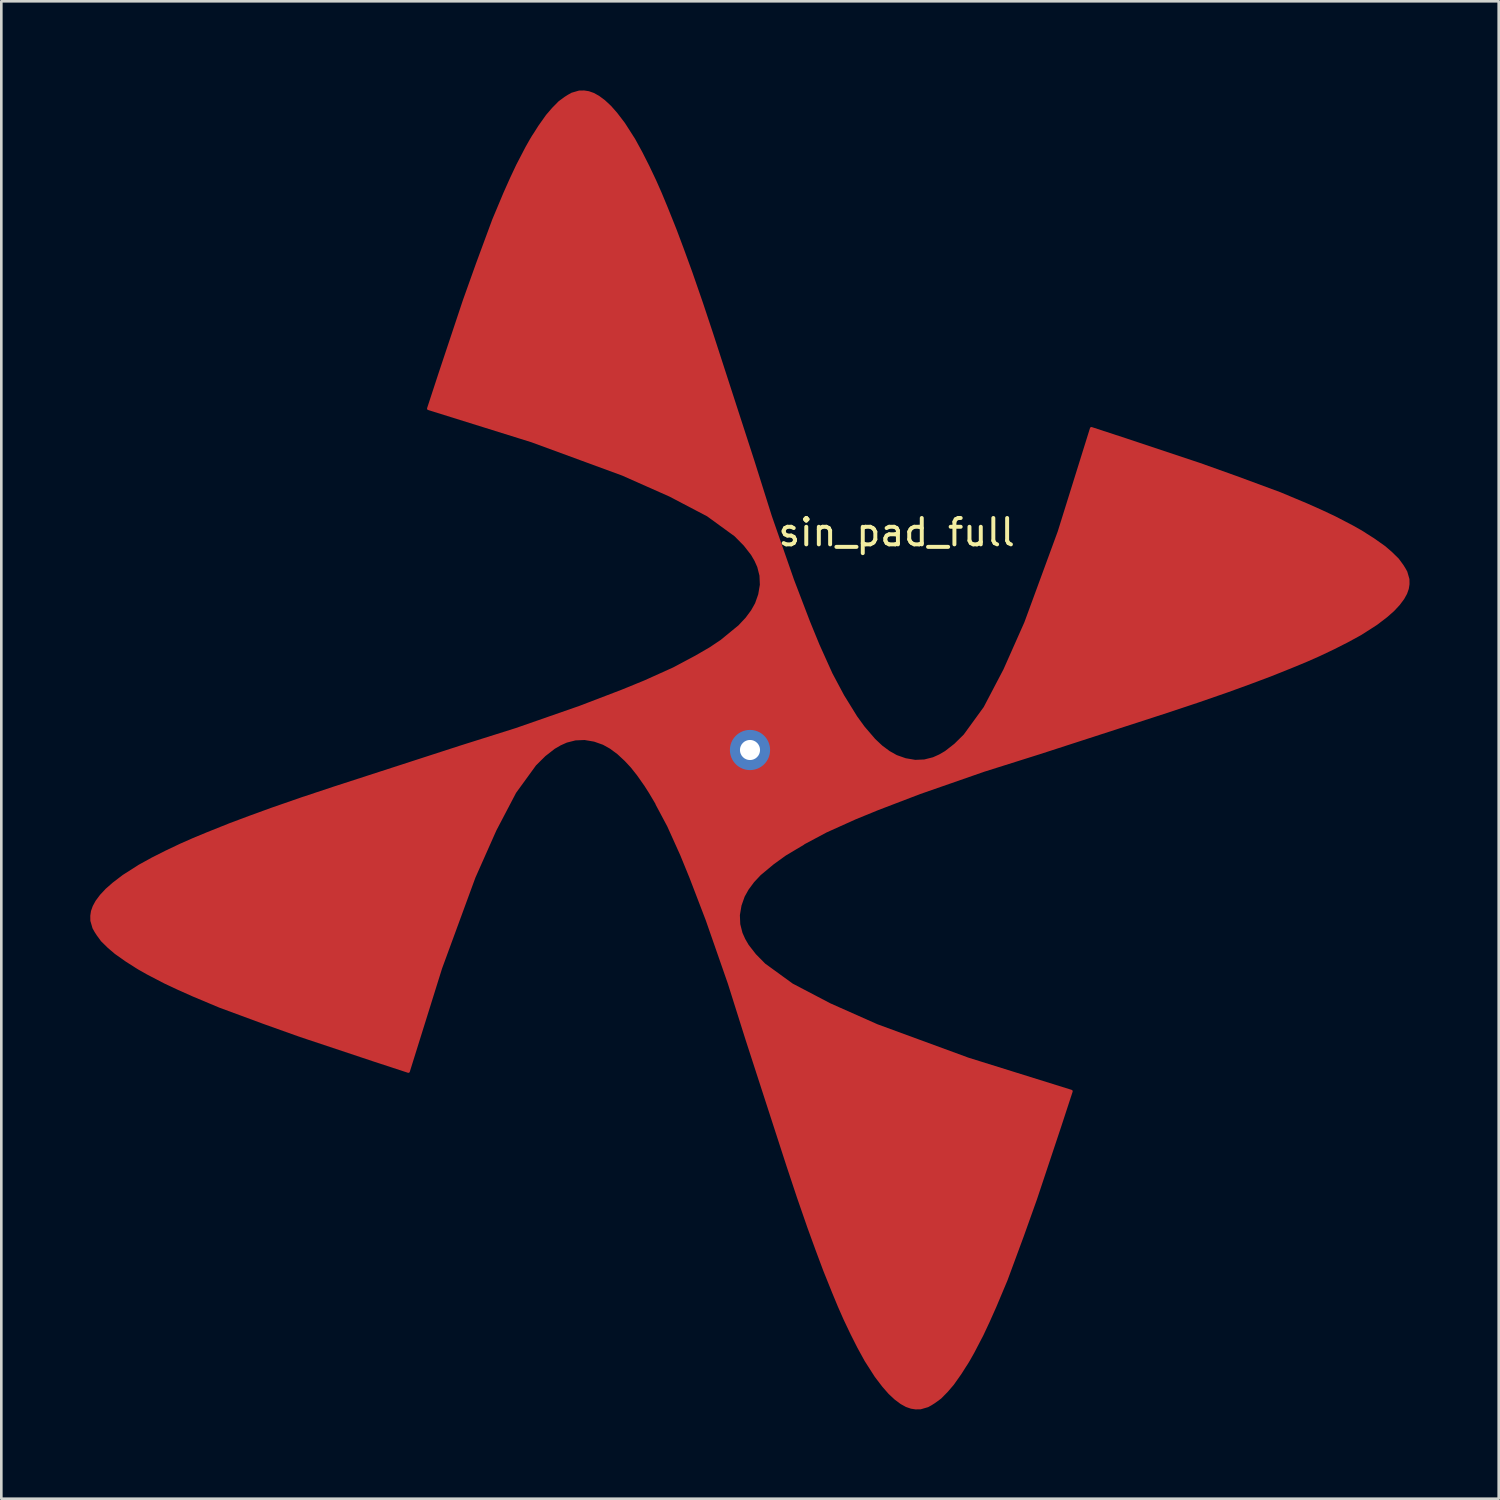
<source format=kicad_pcb>
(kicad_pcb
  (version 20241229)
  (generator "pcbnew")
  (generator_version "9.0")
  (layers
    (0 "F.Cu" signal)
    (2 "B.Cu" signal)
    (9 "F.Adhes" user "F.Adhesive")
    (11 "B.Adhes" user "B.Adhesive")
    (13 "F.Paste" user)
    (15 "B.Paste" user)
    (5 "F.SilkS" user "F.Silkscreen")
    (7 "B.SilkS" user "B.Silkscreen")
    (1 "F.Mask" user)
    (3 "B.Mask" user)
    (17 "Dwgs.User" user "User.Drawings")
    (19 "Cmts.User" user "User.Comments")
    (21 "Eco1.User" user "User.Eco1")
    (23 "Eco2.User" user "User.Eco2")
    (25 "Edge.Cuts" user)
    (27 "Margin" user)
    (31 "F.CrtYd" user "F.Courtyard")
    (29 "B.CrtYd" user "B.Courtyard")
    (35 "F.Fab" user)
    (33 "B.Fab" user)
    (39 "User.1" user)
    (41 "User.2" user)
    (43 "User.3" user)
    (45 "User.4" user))
  (footprint "sin_pad_full"
    (layer "F.Cu")
    (at 25.398 25.398)
    (property "Reference" "sin_pad_full" (at 5.563 -8.255 0) (layer "F.SilkS") (effects (font (size 1 1) (thickness 0.15))))
    (attr through_hole)
    (fp_line (start -25.398 6.286) (end -25.36 6.029) (stroke (width 0.000129) (type solid)) (layer "Dwgs.User"))
    (fp_line (start -25.386 6.542) (end -25.398 6.286) (stroke (width 0.000129) (type solid)) (layer "Dwgs.User"))
    (fp_line (start -25.36 6.029) (end -25.271 5.773) (stroke (width 0.000129) (type solid)) (layer "Dwgs.User"))
    (fp_line (start -25.322 6.799) (end -25.386 6.542) (stroke (width 0.000129) (type solid)) (layer "Dwgs.User"))
    (fp_line (start -25.271 5.773) (end -25.131 5.516) (stroke (width 0.000129) (type solid)) (layer "Dwgs.User"))
    (fp_line (start -25.207 7.056) (end -25.322 6.799) (stroke (width 0.000129) (type solid)) (layer "Dwgs.User"))
    (fp_line (start -25.131 5.516) (end -24.941 5.26) (stroke (width 0.000129) (type solid)) (layer "Dwgs.User"))
    (fp_line (start -25.042 7.312) (end -25.207 7.056) (stroke (width 0.000129) (type solid)) (layer "Dwgs.User"))
    (fp_line (start -25.018 6.305) (end -24.99 6.121) (stroke (width 0.000129) (type solid)) (layer "Dwgs.User"))
    (fp_line (start -25.009 6.486) (end -25.018 6.305) (stroke (width 0.000129) (type solid)) (layer "Dwgs.User"))
    (fp_line (start -24.99 6.121) (end -24.923 5.928) (stroke (width 0.000129) (type solid)) (layer "Dwgs.User"))
    (fp_line (start -24.962 6.674) (end -25.009 6.486) (stroke (width 0.000129) (type solid)) (layer "Dwgs.User"))
    (fp_line (start -24.941 5.26) (end -24.702 5.003) (stroke (width 0.000129) (type solid)) (layer "Dwgs.User"))
    (fp_line (start -24.923 5.928) (end -24.81 5.722) (stroke (width 0.000129) (type solid)) (layer "Dwgs.User"))
    (fp_line (start -24.873 6.873) (end -24.962 6.674) (stroke (width 0.000129) (type solid)) (layer "Dwgs.User"))
    (fp_line (start -24.827 7.569) (end -25.042 7.312) (stroke (width 0.000129) (type solid)) (layer "Dwgs.User"))
    (fp_line (start -24.81 5.722) (end -24.649 5.504) (stroke (width 0.000129) (type solid)) (layer "Dwgs.User"))
    (fp_line (start -24.736 7.085) (end -24.873 6.873) (stroke (width 0.000129) (type solid)) (layer "Dwgs.User"))
    (fp_line (start -24.702 5.003) (end -24.414 4.746) (stroke (width 0.000129) (type solid)) (layer "Dwgs.User"))
    (fp_line (start -24.649 5.504) (end -24.436 5.276) (stroke (width 0.000129) (type solid)) (layer "Dwgs.User"))
    (fp_line (start -24.564 7.825) (end -24.827 7.569) (stroke (width 0.000129) (type solid)) (layer "Dwgs.User"))
    (fp_line (start -24.549 7.309) (end -24.736 7.085) (stroke (width 0.000129) (type solid)) (layer "Dwgs.User"))
    (fp_line (start -24.436 5.276) (end -24.172 5.041) (stroke (width 0.000129) (type solid)) (layer "Dwgs.User"))
    (fp_line (start -24.414 4.746) (end -24.079 4.49) (stroke (width 0.000129) (type solid)) (layer "Dwgs.User"))
    (fp_line (start -24.31 7.541) (end -24.549 7.309) (stroke (width 0.000129) (type solid)) (layer "Dwgs.User"))
    (fp_line (start -24.252 8.082) (end -24.564 7.825) (stroke (width 0.000129) (type solid)) (layer "Dwgs.User"))
    (fp_line (start -24.172 5.041) (end -23.857 4.8) (stroke (width 0.000129) (type solid)) (layer "Dwgs.User"))
    (fp_line (start -24.079 4.49) (end -23.699 4.233) (stroke (width 0.000129) (type solid)) (layer "Dwgs.User"))
    (fp_line (start -24.021 7.779) (end -24.31 7.541) (stroke (width 0.000129) (type solid)) (layer "Dwgs.User"))
    (fp_line (start -23.894 8.338) (end -24.252 8.082) (stroke (width 0.000129) (type solid)) (layer "Dwgs.User"))
    (fp_line (start -23.857 4.8) (end -23.494 4.555) (stroke (width 0.000129) (type solid)) (layer "Dwgs.User"))
    (fp_line (start -23.699 4.233) (end -23.274 3.977) (stroke (width 0.000129) (type solid)) (layer "Dwgs.User"))
    (fp_line (start -23.682 8.022) (end -24.021 7.779) (stroke (width 0.000129) (type solid)) (layer "Dwgs.User"))
    (fp_line (start -23.494 4.555) (end -23.084 4.307) (stroke (width 0.000129) (type solid)) (layer "Dwgs.User"))
    (fp_line (start -23.492 8.595) (end -23.894 8.338) (stroke (width 0.000129) (type solid)) (layer "Dwgs.User"))
    (fp_line (start -23.295 8.269) (end -23.682 8.022) (stroke (width 0.000129) (type solid)) (layer "Dwgs.User"))
    (fp_line (start -23.274 3.977) (end -22.806 3.72) (stroke (width 0.000129) (type solid)) (layer "Dwgs.User"))
    (fp_line (start -23.084 4.307) (end -22.629 4.057) (stroke (width 0.000129) (type solid)) (layer "Dwgs.User"))
    (fp_line (start -23.045 8.852) (end -23.492 8.595) (stroke (width 0.000129) (type solid)) (layer "Dwgs.User"))
    (fp_line (start -22.862 8.518) (end -23.295 8.269) (stroke (width 0.000129) (type solid)) (layer "Dwgs.User"))
    (fp_line (start -22.806 3.72) (end -22.298 3.464) (stroke (width 0.000129) (type solid)) (layer "Dwgs.User"))
    (fp_line (start -22.629 4.057) (end -22.131 3.806) (stroke (width 0.000129) (type solid)) (layer "Dwgs.User"))
    (fp_line (start -22.557 9.108) (end -23.045 8.852) (stroke (width 0.000129) (type solid)) (layer "Dwgs.User"))
    (fp_line (start -22.385 8.768) (end -22.862 8.518) (stroke (width 0.000129) (type solid)) (layer "Dwgs.User"))
    (fp_line (start -22.298 3.464) (end -21.751 3.207) (stroke (width 0.000129) (type solid)) (layer "Dwgs.User"))
    (fp_line (start -22.131 3.806) (end -21.594 3.554) (stroke (width 0.000129) (type solid)) (layer "Dwgs.User"))
    (fp_line (start -22.029 9.365) (end -22.557 9.108) (stroke (width 0.000129) (type solid)) (layer "Dwgs.User"))
    (fp_line (start -21.867 9.02) (end -22.385 8.768) (stroke (width 0.000129) (type solid)) (layer "Dwgs.User"))
    (fp_line (start -21.751 3.207) (end -21.168 2.951) (stroke (width 0.000129) (type solid)) (layer "Dwgs.User"))
    (fp_line (start -21.594 3.554) (end -21.018 3.301) (stroke (width 0.000129) (type solid)) (layer "Dwgs.User"))
    (fp_line (start -21.464 9.621) (end -22.029 9.365) (stroke (width 0.000129) (type solid)) (layer "Dwgs.User"))
    (fp_line (start -21.311 9.272) (end -21.867 9.02) (stroke (width 0.000129) (type solid)) (layer "Dwgs.User"))
    (fp_line (start -21.168 2.951) (end -20.551 2.694) (stroke (width 0.000129) (type solid)) (layer "Dwgs.User"))
    (fp_line (start -21.018 3.301) (end -20.408 3.047) (stroke (width 0.000129) (type solid)) (layer "Dwgs.User"))
    (fp_line (start -20.863 9.878) (end -21.464 9.621) (stroke (width 0.000129) (type solid)) (layer "Dwgs.User"))
    (fp_line (start -20.717 9.526) (end -21.311 9.272) (stroke (width 0.000129) (type solid)) (layer "Dwgs.User"))
    (fp_line (start -20.551 2.694) (end -19.902 2.437) (stroke (width 0.000129) (type solid)) (layer "Dwgs.User"))
    (fp_line (start -20.408 3.047) (end -19.764 2.793) (stroke (width 0.000129) (type solid)) (layer "Dwgs.User"))
    (fp_line (start -20.23 10.134) (end -20.863 9.878) (stroke (width 0.000129) (type solid)) (layer "Dwgs.User"))
    (fp_line (start -20.09 9.78) (end -20.717 9.526) (stroke (width 0.000129) (type solid)) (layer "Dwgs.User"))
    (fp_line (start -19.902 2.437) (end -19.224 2.181) (stroke (width 0.000129) (type solid)) (layer "Dwgs.User"))
    (fp_line (start -19.764 2.793) (end -19.091 2.538) (stroke (width 0.000129) (type solid)) (layer "Dwgs.User"))
    (fp_line (start -19.566 10.391) (end -20.23 10.134) (stroke (width 0.000129) (type solid)) (layer "Dwgs.User"))
    (fp_line (start -19.431 10.035) (end -20.09 9.78) (stroke (width 0.000129) (type solid)) (layer "Dwgs.User"))
    (fp_line (start -19.224 2.181) (end -18.519 1.924) (stroke (width 0.000129) (type solid)) (layer "Dwgs.User"))
    (fp_line (start -19.091 2.538) (end -18.391 2.283) (stroke (width 0.000129) (type solid)) (layer "Dwgs.User"))
    (fp_line (start -18.875 10.647) (end -19.566 10.391) (stroke (width 0.000129) (type solid)) (layer "Dwgs.User"))
    (fp_line (start -18.744 10.289) (end -19.431 10.035) (stroke (width 0.000129) (type solid)) (layer "Dwgs.User"))
    (fp_line (start -18.519 1.924) (end -17.792 1.668) (stroke (width 0.000129) (type solid)) (layer "Dwgs.User"))
    (fp_line (start -18.391 2.283) (end -17.667 2.028) (stroke (width 0.000129) (type solid)) (layer "Dwgs.User"))
    (fp_line (start -18.158 10.904) (end -18.875 10.647) (stroke (width 0.000129) (type solid)) (layer "Dwgs.User"))
    (fp_line (start -18.032 10.545) (end -18.744 10.289) (stroke (width 0.000129) (type solid)) (layer "Dwgs.User"))
    (fp_line (start -17.792 1.668) (end -17.044 1.411) (stroke (width 0.000129) (type solid)) (layer "Dwgs.User"))
    (fp_line (start -17.667 2.028) (end -16.921 1.772) (stroke (width 0.000129) (type solid)) (layer "Dwgs.User"))
    (fp_line (start -17.42 11.161) (end -18.158 10.904) (stroke (width 0.000129) (type solid)) (layer "Dwgs.User"))
    (fp_line (start -17.297 10.8) (end -18.032 10.545) (stroke (width 0.000129) (type solid)) (layer "Dwgs.User"))
    (fp_line (start -17.044 1.411) (end -16.278 1.155) (stroke (width 0.000129) (type solid)) (layer "Dwgs.User"))
    (fp_line (start -16.921 1.772) (end -16.158 1.516) (stroke (width 0.000129) (type solid)) (layer "Dwgs.User"))
    (fp_line (start -16.663 11.417) (end -17.42 11.161) (stroke (width 0.000129) (type solid)) (layer "Dwgs.User"))
    (fp_line (start -16.542 11.056) (end -17.297 10.8) (stroke (width 0.000129) (type solid)) (layer "Dwgs.User"))
    (fp_line (start -16.278 1.155) (end -15.498 0.898) (stroke (width 0.000129) (type solid)) (layer "Dwgs.User"))
    (fp_line (start -16.158 1.516) (end -15.38 1.26) (stroke (width 0.000129) (type solid)) (layer "Dwgs.User"))
    (fp_line (start -15.89 11.674) (end -16.663 11.417) (stroke (width 0.000129) (type solid)) (layer "Dwgs.User"))
    (fp_line (start -15.771 11.312) (end -16.542 11.056) (stroke (width 0.000129) (type solid)) (layer "Dwgs.User"))
    (fp_line (start -15.498 0.898) (end -14.707 0.641) (stroke (width 0.000129) (type solid)) (layer "Dwgs.User"))
    (fp_line (start -15.38 1.26) (end -14.59 1.004) (stroke (width 0.000129) (type solid)) (layer "Dwgs.User"))
    (fp_line (start -15.103 11.93) (end -15.89 11.674) (stroke (width 0.000129) (type solid)) (layer "Dwgs.User"))
    (fp_line (start -14.986 11.568) (end -15.771 11.312) (stroke (width 0.000129) (type solid)) (layer "Dwgs.User"))
    (fp_line (start -14.707 0.641) (end -13.907 0.385) (stroke (width 0.000129) (type solid)) (layer "Dwgs.User"))
    (fp_line (start -14.59 1.004) (end -13.791 0.748) (stroke (width 0.000129) (type solid)) (layer "Dwgs.User"))
    (fp_line (start -14.308 12.187) (end -15.103 11.93) (stroke (width 0.000129) (type solid)) (layer "Dwgs.User"))
    (fp_line (start -14.191 11.824) (end -14.986 11.568) (stroke (width 0.000129) (type solid)) (layer "Dwgs.User"))
    (fp_line (start -13.907 0.385) (end -13.103 0.128) (stroke (width 0.000129) (type solid)) (layer "Dwgs.User"))
    (fp_line (start -13.791 0.748) (end -12.987 0.491) (stroke (width 0.000129) (type solid)) (layer "Dwgs.User"))
    (fp_line (start -13.505 12.443) (end -14.308 12.187) (stroke (width 0.000129) (type solid)) (layer "Dwgs.User"))
    (fp_line (start -13.39 12.08) (end -14.191 11.824) (stroke (width 0.000129) (type solid)) (layer "Dwgs.User"))
    (fp_line (start -13.103 0.128) (end -12.297 -0.128) (stroke (width 0.000129) (type solid)) (layer "Dwgs.User"))
    (fp_line (start -13.063 12.584) (end -12.806 11.779) (stroke (width 0.000129) (type solid)) (layer "Dwgs.User"))
    (fp_line (start -12.987 0.491) (end -12.181 0.235) (stroke (width 0.000129) (type solid)) (layer "Dwgs.User"))
    (fp_line (start -12.806 11.779) (end -12.55 10.976) (stroke (width 0.000129) (type solid)) (layer "Dwgs.User"))
    (fp_line (start -12.7 -12.7) (end -12.443 -13.505) (stroke (width 0.000129) (type solid)) (layer "Dwgs.User"))
    (fp_line (start -12.7 12.7) (end -12.443 11.895) (stroke (width 0.000129) (type solid)) (layer "Dwgs.User"))
    (fp_line (start -12.7 12.7) (end -13.505 12.443) (stroke (width 0.000129) (type solid)) (layer "Dwgs.User"))
    (fp_line (start -12.584 12.337) (end -13.39 12.08) (stroke (width 0.000129) (type solid)) (layer "Dwgs.User"))
    (fp_line (start -12.55 10.976) (end -12.293 10.179) (stroke (width 0.000129) (type solid)) (layer "Dwgs.User"))
    (fp_line (start -12.443 -13.505) (end -12.187 -14.308) (stroke (width 0.000129) (type solid)) (layer "Dwgs.User"))
    (fp_line (start -12.443 11.895) (end -12.187 11.092) (stroke (width 0.000129) (type solid)) (layer "Dwgs.User"))
    (fp_line (start -12.337 -12.584) (end -12.08 -13.39) (stroke (width 0.000129) (type solid)) (layer "Dwgs.User"))
    (fp_line (start -12.297 -0.128) (end -11.493 -0.385) (stroke (width 0.000129) (type solid)) (layer "Dwgs.User"))
    (fp_line (start -12.293 10.179) (end -12.036 9.391) (stroke (width 0.000129) (type solid)) (layer "Dwgs.User"))
    (fp_line (start -12.187 -14.308) (end -11.93 -15.103) (stroke (width 0.000129) (type solid)) (layer "Dwgs.User"))
    (fp_line (start -12.187 11.092) (end -11.93 10.297) (stroke (width 0.000129) (type solid)) (layer "Dwgs.User"))
    (fp_line (start -12.181 0.235) (end -11.377 -0.022) (stroke (width 0.000129) (type solid)) (layer "Dwgs.User"))
    (fp_line (start -12.08 -13.39) (end -11.824 -14.191) (stroke (width 0.000129) (type solid)) (layer "Dwgs.User"))
    (fp_line (start -12.036 9.391) (end -11.778 8.616) (stroke (width 0.000129) (type solid)) (layer "Dwgs.User"))
    (fp_line (start -11.93 -15.103) (end -11.674 -15.89) (stroke (width 0.000129) (type solid)) (layer "Dwgs.User"))
    (fp_line (start -11.93 10.297) (end -11.674 9.51) (stroke (width 0.000129) (type solid)) (layer "Dwgs.User"))
    (fp_line (start -11.895 -12.443) (end -12.7 -12.7) (stroke (width 0.000129) (type solid)) (layer "Dwgs.User"))
    (fp_line (start -11.824 -14.191) (end -11.568 -14.986) (stroke (width 0.000129) (type solid)) (layer "Dwgs.User"))
    (fp_line (start -11.779 -12.806) (end -12.584 -13.063) (stroke (width 0.000129) (type solid)) (layer "Dwgs.User"))
    (fp_line (start -11.778 8.616) (end -11.521 7.856) (stroke (width 0.000129) (type solid)) (layer "Dwgs.User"))
    (fp_line (start -11.674 -15.89) (end -11.417 -16.663) (stroke (width 0.000129) (type solid)) (layer "Dwgs.User"))
    (fp_line (start -11.674 9.51) (end -11.417 8.737) (stroke (width 0.000129) (type solid)) (layer "Dwgs.User"))
    (fp_line (start -11.568 -14.986) (end -11.312 -15.771) (stroke (width 0.000129) (type solid)) (layer "Dwgs.User"))
    (fp_line (start -11.521 7.856) (end -11.263 7.115) (stroke (width 0.000129) (type solid)) (layer "Dwgs.User"))
    (fp_line (start -11.493 -0.385) (end -10.693 -0.641) (stroke (width 0.000129) (type solid)) (layer "Dwgs.User"))
    (fp_line (start -11.417 -16.663) (end -11.161 -17.42) (stroke (width 0.000129) (type solid)) (layer "Dwgs.User"))
    (fp_line (start -11.417 8.737) (end -11.161 7.98) (stroke (width 0.000129) (type solid)) (layer "Dwgs.User"))
    (fp_line (start -11.377 -0.022) (end -10.576 -0.279) (stroke (width 0.000129) (type solid)) (layer "Dwgs.User"))
    (fp_line (start -11.312 -15.771) (end -11.056 -16.542) (stroke (width 0.000129) (type solid)) (layer "Dwgs.User"))
    (fp_line (start -11.263 7.115) (end -11.005 6.395) (stroke (width 0.000129) (type solid)) (layer "Dwgs.User"))
    (fp_line (start -11.161 -17.42) (end -10.904 -18.158) (stroke (width 0.000129) (type solid)) (layer "Dwgs.User"))
    (fp_line (start -11.161 7.98) (end -10.904 7.242) (stroke (width 0.000129) (type solid)) (layer "Dwgs.User"))
    (fp_line (start -11.092 -12.187) (end -11.895 -12.443) (stroke (width 0.000129) (type solid)) (layer "Dwgs.User"))
    (fp_line (start -11.056 -16.542) (end -10.8 -17.297) (stroke (width 0.000129) (type solid)) (layer "Dwgs.User"))
    (fp_line (start -11.005 6.395) (end -10.747 5.699) (stroke (width 0.000129) (type solid)) (layer "Dwgs.User"))
    (fp_line (start -10.976 -12.55) (end -11.779 -12.806) (stroke (width 0.000129) (type solid)) (layer "Dwgs.User"))
    (fp_line (start -10.904 -18.158) (end -10.647 -18.875) (stroke (width 0.000129) (type solid)) (layer "Dwgs.User"))
    (fp_line (start -10.904 7.242) (end -10.647 6.525) (stroke (width 0.000129) (type solid)) (layer "Dwgs.User"))
    (fp_line (start -10.8 -17.297) (end -10.545 -18.032) (stroke (width 0.000129) (type solid)) (layer "Dwgs.User"))
    (fp_line (start -10.747 5.699) (end -10.489 5.03) (stroke (width 0.000129) (type solid)) (layer "Dwgs.User"))
    (fp_line (start -10.693 -0.641) (end -9.902 -0.898) (stroke (width 0.000129) (type solid)) (layer "Dwgs.User"))
    (fp_line (start -10.647 -18.875) (end -10.391 -19.566) (stroke (width 0.000129) (type solid)) (layer "Dwgs.User"))
    (fp_line (start -10.647 6.525) (end -10.391 5.834) (stroke (width 0.000129) (type solid)) (layer "Dwgs.User"))
    (fp_line (start -10.576 -0.279) (end -9.784 -0.536) (stroke (width 0.000129) (type solid)) (layer "Dwgs.User"))
    (fp_line (start -10.545 -18.032) (end -10.289 -18.744) (stroke (width 0.000129) (type solid)) (layer "Dwgs.User"))
    (fp_line (start -10.489 5.03) (end -10.23 4.39) (stroke (width 0.000129) (type solid)) (layer "Dwgs.User"))
    (fp_line (start -10.391 -19.566) (end -10.134 -20.23) (stroke (width 0.000129) (type solid)) (layer "Dwgs.User"))
    (fp_line (start -10.391 5.834) (end -10.134 5.17) (stroke (width 0.000129) (type solid)) (layer "Dwgs.User"))
    (fp_line (start -10.297 -11.93) (end -11.092 -12.187) (stroke (width 0.000129) (type solid)) (layer "Dwgs.User"))
    (fp_line (start -10.289 -18.744) (end -10.035 -19.431) (stroke (width 0.000129) (type solid)) (layer "Dwgs.User"))
    (fp_line (start -10.23 4.39) (end -9.97 3.783) (stroke (width 0.000129) (type solid)) (layer "Dwgs.User"))
    (fp_line (start -10.179 -12.293) (end -10.976 -12.55) (stroke (width 0.000129) (type solid)) (layer "Dwgs.User"))
    (fp_line (start -10.134 -20.23) (end -9.878 -20.863) (stroke (width 0.000129) (type solid)) (layer "Dwgs.User"))
    (fp_line (start -10.134 5.17) (end -9.878 4.537) (stroke (width 0.000129) (type solid)) (layer "Dwgs.User"))
    (fp_line (start -10.035 -19.431) (end -9.78 -20.09) (stroke (width 0.000129) (type solid)) (layer "Dwgs.User"))
    (fp_line (start -9.97 3.783) (end -9.71 3.209) (stroke (width 0.000129) (type solid)) (layer "Dwgs.User"))
    (fp_line (start -9.902 -0.898) (end -9.122 -1.155) (stroke (width 0.000129) (type solid)) (layer "Dwgs.User"))
    (fp_line (start -9.878 -20.863) (end -9.621 -21.464) (stroke (width 0.000129) (type solid)) (layer "Dwgs.User"))
    (fp_line (start -9.878 4.537) (end -9.621 3.936) (stroke (width 0.000129) (type solid)) (layer "Dwgs.User"))
    (fp_line (start -9.784 -0.536) (end -9.002 -0.793) (stroke (width 0.000129) (type solid)) (layer "Dwgs.User"))
    (fp_line (start -9.78 -20.09) (end -9.526 -20.717) (stroke (width 0.000129) (type solid)) (layer "Dwgs.User"))
    (fp_line (start -9.71 3.209) (end -9.448 2.671) (stroke (width 0.000129) (type solid)) (layer "Dwgs.User"))
    (fp_line (start -9.621 -21.464) (end -9.365 -22.029) (stroke (width 0.000129) (type solid)) (layer "Dwgs.User"))
    (fp_line (start -9.621 3.936) (end -9.365 3.371) (stroke (width 0.000129) (type solid)) (layer "Dwgs.User"))
    (fp_line (start -9.526 -20.717) (end -9.272 -21.311) (stroke (width 0.000129) (type solid)) (layer "Dwgs.User"))
    (fp_line (start -9.51 -11.674) (end -10.297 -11.93) (stroke (width 0.000129) (type solid)) (layer "Dwgs.User"))
    (fp_line (start -9.448 2.671) (end -9.186 2.172) (stroke (width 0.000129) (type solid)) (layer "Dwgs.User"))
    (fp_line (start -9.391 -12.036) (end -10.179 -12.293) (stroke (width 0.000129) (type solid)) (layer "Dwgs.User"))
    (fp_line (start -9.365 -22.029) (end -9.108 -22.557) (stroke (width 0.000129) (type solid)) (layer "Dwgs.User"))
    (fp_line (start -9.365 3.371) (end -9.108 2.843) (stroke (width 0.000129) (type solid)) (layer "Dwgs.User"))
    (fp_line (start -9.272 -21.311) (end -9.02 -21.867) (stroke (width 0.000129) (type solid)) (layer "Dwgs.User"))
    (fp_line (start -9.186 2.172) (end -8.921 1.712) (stroke (width 0.000129) (type solid)) (layer "Dwgs.User"))
    (fp_line (start -9.122 -1.155) (end -8.356 -1.411) (stroke (width 0.000129) (type solid)) (layer "Dwgs.User"))
    (fp_line (start -9.108 -22.557) (end -8.852 -23.045) (stroke (width 0.000129) (type solid)) (layer "Dwgs.User"))
    (fp_line (start -9.108 2.843) (end -8.852 2.355) (stroke (width 0.000129) (type solid)) (layer "Dwgs.User"))
    (fp_line (start -9.02 -21.867) (end -8.768 -22.385) (stroke (width 0.000129) (type solid)) (layer "Dwgs.User"))
    (fp_line (start -9.002 -0.793) (end -8.234 -1.05) (stroke (width 0.000129) (type solid)) (layer "Dwgs.User"))
    (fp_line (start -8.921 1.712) (end -8.654 1.293) (stroke (width 0.000129) (type solid)) (layer "Dwgs.User"))
    (fp_line (start -8.852 -23.045) (end -8.595 -23.492) (stroke (width 0.000129) (type solid)) (layer "Dwgs.User"))
    (fp_line (start -8.852 2.355) (end -8.595 1.908) (stroke (width 0.000129) (type solid)) (layer "Dwgs.User"))
    (fp_line (start -8.768 -22.385) (end -8.518 -22.862) (stroke (width 0.000129) (type solid)) (layer "Dwgs.User"))
    (fp_line (start -8.737 -11.417) (end -9.51 -11.674) (stroke (width 0.000129) (type solid)) (layer "Dwgs.User"))
    (fp_line (start -8.654 1.293) (end -8.384 0.916) (stroke (width 0.000129) (type solid)) (layer "Dwgs.User"))
    (fp_line (start -8.616 -11.778) (end -9.391 -12.036) (stroke (width 0.000129) (type solid)) (layer "Dwgs.User"))
    (fp_line (start -8.595 -23.492) (end -8.338 -23.894) (stroke (width 0.000129) (type solid)) (layer "Dwgs.User"))
    (fp_line (start -8.595 1.908) (end -8.338 1.506) (stroke (width 0.000129) (type solid)) (layer "Dwgs.User"))
    (fp_line (start -8.518 -22.862) (end -8.269 -23.295) (stroke (width 0.000129) (type solid)) (layer "Dwgs.User"))
    (fp_line (start -8.384 0.916) (end -8.11 0.583) (stroke (width 0.000129) (type solid)) (layer "Dwgs.User"))
    (fp_line (start -8.356 -1.411) (end -7.608 -1.668) (stroke (width 0.000129) (type solid)) (layer "Dwgs.User"))
    (fp_line (start -8.338 -23.894) (end -8.082 -24.252) (stroke (width 0.000129) (type solid)) (layer "Dwgs.User"))
    (fp_line (start -8.338 1.506) (end -8.082 1.148) (stroke (width 0.000129) (type solid)) (layer "Dwgs.User"))
    (fp_line (start -8.269 -23.295) (end -8.022 -23.682) (stroke (width 0.000129) (type solid)) (layer "Dwgs.User"))
    (fp_line (start -8.234 -1.05) (end -7.483 -1.308) (stroke (width 0.000129) (type solid)) (layer "Dwgs.User"))
    (fp_line (start -8.11 0.583) (end -7.829 0.294) (stroke (width 0.000129) (type solid)) (layer "Dwgs.User"))
    (fp_line (start -8.082 -24.252) (end -7.825 -24.564) (stroke (width 0.000129) (type solid)) (layer "Dwgs.User"))
    (fp_line (start -8.082 1.148) (end -7.825 0.836) (stroke (width 0.000129) (type solid)) (layer "Dwgs.User"))
    (fp_line (start -8.022 -23.682) (end -7.779 -24.021) (stroke (width 0.000129) (type solid)) (layer "Dwgs.User"))
    (fp_line (start -7.98 -11.161) (end -8.737 -11.417) (stroke (width 0.000129) (type solid)) (layer "Dwgs.User"))
    (fp_line (start -7.856 -11.521) (end -8.616 -11.778) (stroke (width 0.000129) (type solid)) (layer "Dwgs.User"))
    (fp_line (start -7.829 0.294) (end -7.539 0.052) (stroke (width 0.000129) (type solid)) (layer "Dwgs.User"))
    (fp_line (start -7.825 -24.564) (end -7.569 -24.827) (stroke (width 0.000129) (type solid)) (layer "Dwgs.User"))
    (fp_line (start -7.825 0.836) (end -7.569 0.573) (stroke (width 0.000129) (type solid)) (layer "Dwgs.User"))
    (fp_line (start -7.779 -24.021) (end -7.541 -24.31) (stroke (width 0.000129) (type solid)) (layer "Dwgs.User"))
    (fp_line (start -7.608 -1.668) (end -6.881 -1.924) (stroke (width 0.000129) (type solid)) (layer "Dwgs.User"))
    (fp_line (start -7.569 -24.827) (end -7.312 -25.042) (stroke (width 0.000129) (type solid)) (layer "Dwgs.User"))
    (fp_line (start -7.569 0.573) (end -7.312 0.358) (stroke (width 0.000129) (type solid)) (layer "Dwgs.User"))
    (fp_line (start -7.541 -24.31) (end -7.309 -24.549) (stroke (width 0.000129) (type solid)) (layer "Dwgs.User"))
    (fp_line (start -7.539 0.052) (end -7.238 -0.142) (stroke (width 0.000129) (type solid)) (layer "Dwgs.User"))
    (fp_line (start -7.483 -1.308) (end -6.752 -1.566) (stroke (width 0.000129) (type solid)) (layer "Dwgs.User"))
    (fp_line (start -7.312 -25.042) (end -7.056 -25.207) (stroke (width 0.000129) (type solid)) (layer "Dwgs.User"))
    (fp_line (start -7.312 0.358) (end -7.056 0.193) (stroke (width 0.000129) (type solid)) (layer "Dwgs.User"))
    (fp_line (start -7.309 -24.549) (end -7.085 -24.736) (stroke (width 0.000129) (type solid)) (layer "Dwgs.User"))
    (fp_line (start -7.242 -10.904) (end -7.98 -11.161) (stroke (width 0.000129) (type solid)) (layer "Dwgs.User"))
    (fp_line (start -7.238 -0.142) (end -6.924 -0.282) (stroke (width 0.000129) (type solid)) (layer "Dwgs.User"))
    (fp_line (start -7.115 -11.263) (end -7.856 -11.521) (stroke (width 0.000129) (type solid)) (layer "Dwgs.User"))
    (fp_line (start -7.085 -24.736) (end -6.873 -24.873) (stroke (width 0.000129) (type solid)) (layer "Dwgs.User"))
    (fp_line (start -7.056 -25.207) (end -6.799 -25.322) (stroke (width 0.000129) (type solid)) (layer "Dwgs.User"))
    (fp_line (start -7.056 0.193) (end -6.799 0.078) (stroke (width 0.000129) (type solid)) (layer "Dwgs.User"))
    (fp_line (start -6.924 -0.282) (end -6.599 -0.362) (stroke (width 0.000129) (type solid)) (layer "Dwgs.User"))
    (fp_line (start -6.881 -1.924) (end -6.176 -2.181) (stroke (width 0.000129) (type solid)) (layer "Dwgs.User"))
    (fp_line (start -6.873 -24.873) (end -6.674 -24.962) (stroke (width 0.000129) (type solid)) (layer "Dwgs.User"))
    (fp_line (start -6.799 -25.322) (end -6.542 -25.386) (stroke (width 0.000129) (type solid)) (layer "Dwgs.User"))
    (fp_line (start -6.799 0.078) (end -6.542 0.014) (stroke (width 0.000129) (type solid)) (layer "Dwgs.User"))
    (fp_line (start -6.752 -1.566) (end -6.044 -1.824) (stroke (width 0.000129) (type solid)) (layer "Dwgs.User"))
    (fp_line (start -6.674 -24.962) (end -6.486 -25.009) (stroke (width 0.000129) (type solid)) (layer "Dwgs.User"))
    (fp_line (start -6.599 -0.362) (end -6.267 -0.379) (stroke (width 0.000129) (type solid)) (layer "Dwgs.User"))
    (fp_line (start -6.542 -25.386) (end -6.286 -25.398) (stroke (width 0.000129) (type solid)) (layer "Dwgs.User"))
    (fp_line (start -6.542 0.014) (end -6.286 0.002) (stroke (width 0.000129) (type solid)) (layer "Dwgs.User"))
    (fp_line (start -6.525 -10.647) (end -7.242 -10.904) (stroke (width 0.000129) (type solid)) (layer "Dwgs.User"))
    (fp_line (start -6.486 -25.009) (end -6.305 -25.018) (stroke (width 0.000129) (type solid)) (layer "Dwgs.User"))
    (fp_line (start -6.395 -11.005) (end -7.115 -11.263) (stroke (width 0.000129) (type solid)) (layer "Dwgs.User"))
    (fp_line (start -6.305 -25.018) (end -6.121 -24.99) (stroke (width 0.000129) (type solid)) (layer "Dwgs.User"))
    (fp_line (start -6.286 -25.398) (end -6.029 -25.36) (stroke (width 0.000129) (type solid)) (layer "Dwgs.User"))
    (fp_line (start -6.286 0.002) (end -6.029 0.04) (stroke (width 0.000129) (type solid)) (layer "Dwgs.User"))
    (fp_line (start -6.267 -0.379) (end -5.937 -0.33) (stroke (width 0.000129) (type solid)) (layer "Dwgs.User"))
    (fp_line (start -6.176 -2.181) (end -5.498 -2.437) (stroke (width 0.000129) (type solid)) (layer "Dwgs.User"))
    (fp_line (start -6.121 -24.99) (end -5.928 -24.923) (stroke (width 0.000129) (type solid)) (layer "Dwgs.User"))
    (fp_line (start -6.044 -1.824) (end -5.361 -2.082) (stroke (width 0.000129) (type solid)) (layer "Dwgs.User"))
    (fp_line (start -6.029 -25.36) (end -5.773 -25.271) (stroke (width 0.000129) (type solid)) (layer "Dwgs.User"))
    (fp_line (start -6.029 0.04) (end -5.773 0.129) (stroke (width 0.000129) (type solid)) (layer "Dwgs.User"))
    (fp_line (start -5.937 -0.33) (end -5.617 -0.219) (stroke (width 0.000129) (type solid)) (layer "Dwgs.User"))
    (fp_line (start -5.928 -24.923) (end -5.722 -24.81) (stroke (width 0.000129) (type solid)) (layer "Dwgs.User"))
    (fp_line (start -5.834 -10.391) (end -6.525 -10.647) (stroke (width 0.000129) (type solid)) (layer "Dwgs.User"))
    (fp_line (start -5.773 -25.271) (end -5.516 -25.131) (stroke (width 0.000129) (type solid)) (layer "Dwgs.User"))
    (fp_line (start -5.773 0.129) (end -5.516 0.269) (stroke (width 0.000129) (type solid)) (layer "Dwgs.User"))
    (fp_line (start -5.722 -24.81) (end -5.504 -24.649) (stroke (width 0.000129) (type solid)) (layer "Dwgs.User"))
    (fp_line (start -5.699 -10.747) (end -6.395 -11.005) (stroke (width 0.000129) (type solid)) (layer "Dwgs.User"))
    (fp_line (start -5.617 -0.219) (end -5.31 -0.051) (stroke (width 0.000129) (type solid)) (layer "Dwgs.User"))
    (fp_line (start -5.516 -25.131) (end -5.26 -24.941) (stroke (width 0.000129) (type solid)) (layer "Dwgs.User"))
    (fp_line (start -5.516 0.269) (end -5.26 0.459) (stroke (width 0.000129) (type solid)) (layer "Dwgs.User"))
    (fp_line (start -5.504 -24.649) (end -5.276 -24.436) (stroke (width 0.000129) (type solid)) (layer "Dwgs.User"))
    (fp_line (start -5.498 -2.437) (end -4.849 -2.694) (stroke (width 0.000129) (type solid)) (layer "Dwgs.User"))
    (fp_line (start -5.361 -2.082) (end -4.706 -2.341) (stroke (width 0.000129) (type solid)) (layer "Dwgs.User"))
    (fp_line (start -5.31 -0.051) (end -5.015 0.167) (stroke (width 0.000129) (type solid)) (layer "Dwgs.User"))
    (fp_line (start -5.276 -24.436) (end -5.041 -24.172) (stroke (width 0.000129) (type solid)) (layer "Dwgs.User"))
    (fp_line (start -5.26 -24.941) (end -5.003 -24.702) (stroke (width 0.000129) (type solid)) (layer "Dwgs.User"))
    (fp_line (start -5.26 0.459) (end -5.003 0.698) (stroke (width 0.000129) (type solid)) (layer "Dwgs.User"))
    (fp_line (start -5.17 -10.134) (end -5.834 -10.391) (stroke (width 0.000129) (type solid)) (layer "Dwgs.User"))
    (fp_line (start -5.041 -24.172) (end -4.8 -23.857) (stroke (width 0.000129) (type solid)) (layer "Dwgs.User"))
    (fp_line (start -5.03 -10.489) (end -5.699 -10.747) (stroke (width 0.000129) (type solid)) (layer "Dwgs.User"))
    (fp_line (start -5.015 0.167) (end -4.73 0.433) (stroke (width 0.000129) (type solid)) (layer "Dwgs.User"))
    (fp_line (start -5.003 -24.702) (end -4.746 -24.414) (stroke (width 0.000129) (type solid)) (layer "Dwgs.User"))
    (fp_line (start -5.003 0.698) (end -4.746 0.986) (stroke (width 0.000129) (type solid)) (layer "Dwgs.User"))
    (fp_line (start -4.849 -2.694) (end -4.232 -2.951) (stroke (width 0.000129) (type solid)) (layer "Dwgs.User"))
    (fp_line (start -4.8 -23.857) (end -4.555 -23.494) (stroke (width 0.000129) (type solid)) (layer "Dwgs.User"))
    (fp_line (start -4.746 -24.414) (end -4.49 -24.079) (stroke (width 0.000129) (type solid)) (layer "Dwgs.User"))
    (fp_line (start -4.746 0.986) (end -4.49 1.321) (stroke (width 0.000129) (type solid)) (layer "Dwgs.User"))
    (fp_line (start -4.73 0.433) (end -4.452 0.744) (stroke (width 0.000129) (type solid)) (layer "Dwgs.User"))
    (fp_line (start -4.706 -2.341) (end -4.082 -2.6) (stroke (width 0.000129) (type solid)) (layer "Dwgs.User"))
    (fp_line (start -4.555 -23.494) (end -4.307 -23.084) (stroke (width 0.000129) (type solid)) (layer "Dwgs.User"))
    (fp_line (start -4.537 -9.878) (end -5.17 -10.134) (stroke (width 0.000129) (type solid)) (layer "Dwgs.User"))
    (fp_line (start -4.49 -24.079) (end -4.233 -23.699) (stroke (width 0.000129) (type solid)) (layer "Dwgs.User"))
    (fp_line (start -4.49 1.321) (end -4.233 1.701) (stroke (width 0.000129) (type solid)) (layer "Dwgs.User"))
    (fp_line (start -4.452 0.744) (end -4.18 1.099) (stroke (width 0.000129) (type solid)) (layer "Dwgs.User"))
    (fp_line (start -4.39 -10.23) (end -5.03 -10.489) (stroke (width 0.000129) (type solid)) (layer "Dwgs.User"))
    (fp_line (start -4.307 -23.084) (end -4.057 -22.629) (stroke (width 0.000129) (type solid)) (layer "Dwgs.User"))
    (fp_line (start -4.233 -23.699) (end -3.977 -23.274) (stroke (width 0.000129) (type solid)) (layer "Dwgs.User"))
    (fp_line (start -4.233 1.701) (end -3.977 2.126) (stroke (width 0.000129) (type solid)) (layer "Dwgs.User"))
    (fp_line (start -4.232 -2.951) (end -3.649 -3.207) (stroke (width 0.000129) (type solid)) (layer "Dwgs.User"))
    (fp_line (start -4.18 1.099) (end -3.912 1.497) (stroke (width 0.000129) (type solid)) (layer "Dwgs.User"))
    (fp_line (start -4.082 -2.6) (end -3.491 -2.86) (stroke (width 0.000129) (type solid)) (layer "Dwgs.User"))
    (fp_line (start -4.057 -22.629) (end -3.806 -22.131) (stroke (width 0.000129) (type solid)) (layer "Dwgs.User"))
    (fp_line (start -3.977 -23.274) (end -3.72 -22.806) (stroke (width 0.000129) (type solid)) (layer "Dwgs.User"))
    (fp_line (start -3.977 2.126) (end -3.72 2.594) (stroke (width 0.000129) (type solid)) (layer "Dwgs.User"))
    (fp_line (start -3.936 -9.621) (end -4.537 -9.878) (stroke (width 0.000129) (type solid)) (layer "Dwgs.User"))
    (fp_line (start -3.912 1.497) (end -3.646 1.937) (stroke (width 0.000129) (type solid)) (layer "Dwgs.User"))
    (fp_line (start -3.806 -22.131) (end -3.554 -21.594) (stroke (width 0.000129) (type solid)) (layer "Dwgs.User"))
    (fp_line (start -3.783 -9.97) (end -4.39 -10.23) (stroke (width 0.000129) (type solid)) (layer "Dwgs.User"))
    (fp_line (start -3.72 -22.806) (end -3.464 -22.298) (stroke (width 0.000129) (type solid)) (layer "Dwgs.User"))
    (fp_line (start -3.72 2.594) (end -3.464 3.102) (stroke (width 0.000129) (type solid)) (layer "Dwgs.User"))
    (fp_line (start -3.649 -3.207) (end -3.102 -3.464) (stroke (width 0.000129) (type solid)) (layer "Dwgs.User"))
    (fp_line (start -3.646 1.937) (end -3.383 2.417) (stroke (width 0.000129) (type solid)) (layer "Dwgs.User"))
    (fp_line (start -3.554 -21.594) (end -3.301 -21.018) (stroke (width 0.000129) (type solid)) (layer "Dwgs.User"))
    (fp_line (start -3.491 -2.86) (end -2.935 -3.121) (stroke (width 0.000129) (type solid)) (layer "Dwgs.User"))
    (fp_line (start -3.464 -22.298) (end -3.207 -21.751) (stroke (width 0.000129) (type solid)) (layer "Dwgs.User"))
    (fp_line (start -3.464 3.102) (end -3.207 3.649) (stroke (width 0.000129) (type solid)) (layer "Dwgs.User"))
    (fp_line (start -3.383 2.417) (end -3.121 2.935) (stroke (width 0.000129) (type solid)) (layer "Dwgs.User"))
    (fp_line (start -3.371 -9.365) (end -3.936 -9.621) (stroke (width 0.000129) (type solid)) (layer "Dwgs.User"))
    (fp_line (start -3.301 -21.018) (end -3.047 -20.408) (stroke (width 0.000129) (type solid)) (layer "Dwgs.User"))
    (fp_line (start -3.209 -9.71) (end -3.783 -9.97) (stroke (width 0.000129) (type solid)) (layer "Dwgs.User"))
    (fp_line (start -3.207 -21.751) (end -2.951 -21.168) (stroke (width 0.000129) (type solid)) (layer "Dwgs.User"))
    (fp_line (start -3.207 3.649) (end -2.951 4.232) (stroke (width 0.000129) (type solid)) (layer "Dwgs.User"))
    (fp_line (start -3.121 2.935) (end -2.86 3.491) (stroke (width 0.000129) (type solid)) (layer "Dwgs.User"))
    (fp_line (start -3.102 -3.464) (end -2.594 -3.72) (stroke (width 0.000129) (type solid)) (layer "Dwgs.User"))
    (fp_line (start -3.047 -20.408) (end -2.793 -19.764) (stroke (width 0.000129) (type solid)) (layer "Dwgs.User"))
    (fp_line (start -2.951 -21.168) (end -2.694 -20.551) (stroke (width 0.000129) (type solid)) (layer "Dwgs.User"))
    (fp_line (start -2.951 4.232) (end -2.694 4.849) (stroke (width 0.000129) (type solid)) (layer "Dwgs.User"))
    (fp_line (start -2.935 -3.121) (end -2.417 -3.383) (stroke (width 0.000129) (type solid)) (layer "Dwgs.User"))
    (fp_line (start -2.86 3.491) (end -2.6 4.082) (stroke (width 0.000129) (type solid)) (layer "Dwgs.User"))
    (fp_line (start -2.843 -9.108) (end -3.371 -9.365) (stroke (width 0.000129) (type solid)) (layer "Dwgs.User"))
    (fp_line (start -2.793 -19.764) (end -2.538 -19.091) (stroke (width 0.000129) (type solid)) (layer "Dwgs.User"))
    (fp_line (start -2.694 -20.551) (end -2.437 -19.902) (stroke (width 0.000129) (type solid)) (layer "Dwgs.User"))
    (fp_line (start -2.694 4.849) (end -2.437 5.498) (stroke (width 0.000129) (type solid)) (layer "Dwgs.User"))
    (fp_line (start -2.671 -9.448) (end -3.209 -9.71) (stroke (width 0.000129) (type solid)) (layer "Dwgs.User"))
    (fp_line (start -2.6 4.082) (end -2.341 4.706) (stroke (width 0.000129) (type solid)) (layer "Dwgs.User"))
    (fp_line (start -2.594 -3.72) (end -2.126 -3.977) (stroke (width 0.000129) (type solid)) (layer "Dwgs.User"))
    (fp_line (start -2.538 -19.091) (end -2.283 -18.391) (stroke (width 0.000129) (type solid)) (layer "Dwgs.User"))
    (fp_line (start -2.437 -19.902) (end -2.181 -19.224) (stroke (width 0.000129) (type solid)) (layer "Dwgs.User"))
    (fp_line (start -2.437 5.498) (end -2.181 6.176) (stroke (width 0.000129) (type solid)) (layer "Dwgs.User"))
    (fp_line (start -2.417 -3.383) (end -1.937 -3.646) (stroke (width 0.000129) (type solid)) (layer "Dwgs.User"))
    (fp_line (start -2.355 -8.852) (end -2.843 -9.108) (stroke (width 0.000129) (type solid)) (layer "Dwgs.User"))
    (fp_line (start -2.341 4.706) (end -2.082 5.361) (stroke (width 0.000129) (type solid)) (layer "Dwgs.User"))
    (fp_line (start -2.283 -18.391) (end -2.028 -17.667) (stroke (width 0.000129) (type solid)) (layer "Dwgs.User"))
    (fp_line (start -2.181 -19.224) (end -1.924 -18.519) (stroke (width 0.000129) (type solid)) (layer "Dwgs.User"))
    (fp_line (start -2.181 6.176) (end -1.924 6.881) (stroke (width 0.000129) (type solid)) (layer "Dwgs.User"))
    (fp_line (start -2.172 -9.186) (end -2.671 -9.448) (stroke (width 0.000129) (type solid)) (layer "Dwgs.User"))
    (fp_line (start -2.126 -3.977) (end -1.701 -4.233) (stroke (width 0.000129) (type solid)) (layer "Dwgs.User"))
    (fp_line (start -2.082 5.361) (end -1.824 6.044) (stroke (width 0.000129) (type solid)) (layer "Dwgs.User"))
    (fp_line (start -2.028 -17.667) (end -1.772 -16.921) (stroke (width 0.000129) (type solid)) (layer "Dwgs.User"))
    (fp_line (start -1.937 -3.646) (end -1.497 -3.912) (stroke (width 0.000129) (type solid)) (layer "Dwgs.User"))
    (fp_line (start -1.924 -18.519) (end -1.668 -17.792) (stroke (width 0.000129) (type solid)) (layer "Dwgs.User"))
    (fp_line (start -1.924 6.881) (end -1.668 7.608) (stroke (width 0.000129) (type solid)) (layer "Dwgs.User"))
    (fp_line (start -1.908 -8.595) (end -2.355 -8.852) (stroke (width 0.000129) (type solid)) (layer "Dwgs.User"))
    (fp_line (start -1.824 6.044) (end -1.566 6.752) (stroke (width 0.000129) (type solid)) (layer "Dwgs.User"))
    (fp_line (start -1.772 -16.921) (end -1.516 -16.158) (stroke (width 0.000129) (type solid)) (layer "Dwgs.User"))
    (fp_line (start -1.712 -8.921) (end -2.172 -9.186) (stroke (width 0.000129) (type solid)) (layer "Dwgs.User"))
    (fp_line (start -1.701 -4.233) (end -1.321 -4.49) (stroke (width 0.000129) (type solid)) (layer "Dwgs.User"))
    (fp_line (start -1.668 -17.792) (end -1.411 -17.044) (stroke (width 0.000129) (type solid)) (layer "Dwgs.User"))
    (fp_line (start -1.668 7.608) (end -1.411 8.356) (stroke (width 0.000129) (type solid)) (layer "Dwgs.User"))
    (fp_line (start -1.566 6.752) (end -1.308 7.483) (stroke (width 0.000129) (type solid)) (layer "Dwgs.User"))
    (fp_line (start -1.516 -16.158) (end -1.26 -15.38) (stroke (width 0.000129) (type solid)) (layer "Dwgs.User"))
    (fp_line (start -1.506 -8.338) (end -1.908 -8.595) (stroke (width 0.000129) (type solid)) (layer "Dwgs.User"))
    (fp_line (start -1.497 -3.912) (end -1.099 -4.18) (stroke (width 0.000129) (type solid)) (layer "Dwgs.User"))
    (fp_line (start -1.411 -17.044) (end -1.155 -16.278) (stroke (width 0.000129) (type solid)) (layer "Dwgs.User"))
    (fp_line (start -1.411 8.356) (end -1.155 9.122) (stroke (width 0.000129) (type solid)) (layer "Dwgs.User"))
    (fp_line (start -1.321 -4.49) (end -0.986 -4.746) (stroke (width 0.000129) (type solid)) (layer "Dwgs.User"))
    (fp_line (start -1.308 7.483) (end -1.05 8.234) (stroke (width 0.000129) (type solid)) (layer "Dwgs.User"))
    (fp_line (start -1.293 -8.654) (end -1.712 -8.921) (stroke (width 0.000129) (type solid)) (layer "Dwgs.User"))
    (fp_line (start -1.26 -15.38) (end -1.004 -14.59) (stroke (width 0.000129) (type solid)) (layer "Dwgs.User"))
    (fp_line (start -1.155 -16.278) (end -0.898 -15.498) (stroke (width 0.000129) (type solid)) (layer "Dwgs.User"))
    (fp_line (start -1.155 9.122) (end -0.898 9.902) (stroke (width 0.000129) (type solid)) (layer "Dwgs.User"))
    (fp_line (start -1.148 -8.082) (end -1.506 -8.338) (stroke (width 0.000129) (type solid)) (layer "Dwgs.User"))
    (fp_line (start -1.099 -4.18) (end -0.744 -4.452) (stroke (width 0.000129) (type solid)) (layer "Dwgs.User"))
    (fp_line (start -1.05 8.234) (end -0.793 9.002) (stroke (width 0.000129) (type solid)) (layer "Dwgs.User"))
    (fp_line (start -1.004 -14.59) (end -0.748 -13.791) (stroke (width 0.000129) (type solid)) (layer "Dwgs.User"))
    (fp_line (start -0.986 -4.746) (end -0.698 -5.003) (stroke (width 0.000129) (type solid)) (layer "Dwgs.User"))
    (fp_line (start -0.916 -8.384) (end -1.293 -8.654) (stroke (width 0.000129) (type solid)) (layer "Dwgs.User"))
    (fp_line (start -0.898 -15.498) (end -0.641 -14.707) (stroke (width 0.000129) (type solid)) (layer "Dwgs.User"))
    (fp_line (start -0.898 9.902) (end -0.641 10.693) (stroke (width 0.000129) (type solid)) (layer "Dwgs.User"))
    (fp_line (start -0.836 -7.825) (end -1.148 -8.082) (stroke (width 0.000129) (type solid)) (layer "Dwgs.User"))
    (fp_line (start -0.793 9.002) (end -0.536 9.784) (stroke (width 0.000129) (type solid)) (layer "Dwgs.User"))
    (fp_line (start -0.748 -13.791) (end -0.491 -12.987) (stroke (width 0.000129) (type solid)) (layer "Dwgs.User"))
    (fp_line (start -0.744 -4.452) (end -0.433 -4.73) (stroke (width 0.000129) (type solid)) (layer "Dwgs.User"))
    (fp_line (start -0.698 -5.003) (end -0.459 -5.26) (stroke (width 0.000129) (type solid)) (layer "Dwgs.User"))
    (fp_line (start -0.641 -14.707) (end -0.385 -13.907) (stroke (width 0.000129) (type solid)) (layer "Dwgs.User"))
    (fp_line (start -0.641 10.693) (end -0.385 11.493) (stroke (width 0.000129) (type solid)) (layer "Dwgs.User"))
    (fp_line (start -0.583 -8.11) (end -0.916 -8.384) (stroke (width 0.000129) (type solid)) (layer "Dwgs.User"))
    (fp_line (start -0.573 -7.569) (end -0.836 -7.825) (stroke (width 0.000129) (type solid)) (layer "Dwgs.User"))
    (fp_line (start -0.536 9.784) (end -0.279 10.576) (stroke (width 0.000129) (type solid)) (layer "Dwgs.User"))
    (fp_line (start -0.491 -12.987) (end -0.235 -12.181) (stroke (width 0.000129) (type solid)) (layer "Dwgs.User"))
    (fp_line (start -0.459 -5.26) (end -0.269 -5.516) (stroke (width 0.000129) (type solid)) (layer "Dwgs.User"))
    (fp_line (start -0.433 -4.73) (end -0.167 -5.015) (stroke (width 0.000129) (type solid)) (layer "Dwgs.User"))
    (fp_line (start -0.385 -13.907) (end -0.128 -13.103) (stroke (width 0.000129) (type solid)) (layer "Dwgs.User"))
    (fp_line (start -0.385 11.493) (end -0.128 12.297) (stroke (width 0.000129) (type solid)) (layer "Dwgs.User"))
    (fp_line (start -0.379 6.267) (end -0.33 5.937) (stroke (width 0.000129) (type solid)) (layer "Dwgs.User"))
    (fp_line (start -0.362 6.599) (end -0.379 6.267) (stroke (width 0.000129) (type solid)) (layer "Dwgs.User"))
    (fp_line (start -0.358 -7.312) (end -0.573 -7.569) (stroke (width 0.000129) (type solid)) (layer "Dwgs.User"))
    (fp_line (start -0.33 5.937) (end -0.219 5.617) (stroke (width 0.000129) (type solid)) (layer "Dwgs.User"))
    (fp_line (start -0.294 -7.829) (end -0.583 -8.11) (stroke (width 0.000129) (type solid)) (layer "Dwgs.User"))
    (fp_line (start -0.282 6.924) (end -0.362 6.599) (stroke (width 0.000129) (type solid)) (layer "Dwgs.User"))
    (fp_line (start -0.279 10.576) (end -0.022 11.377) (stroke (width 0.000129) (type solid)) (layer "Dwgs.User"))
    (fp_line (start -0.269 -5.516) (end -0.129 -5.773) (stroke (width 0.000129) (type solid)) (layer "Dwgs.User"))
    (fp_line (start -0.235 -12.181) (end 0.022 -11.377) (stroke (width 0.000129) (type solid)) (layer "Dwgs.User"))
    (fp_line (start -0.219 5.617) (end -0.051 5.31) (stroke (width 0.000129) (type solid)) (layer "Dwgs.User"))
    (fp_line (start -0.193 -7.056) (end -0.358 -7.312) (stroke (width 0.000129) (type solid)) (layer "Dwgs.User"))
    (fp_line (start -0.167 -5.015) (end 0.051 -5.31) (stroke (width 0.000129) (type solid)) (layer "Dwgs.User"))
    (fp_line (start -0.142 7.238) (end -0.282 6.924) (stroke (width 0.000129) (type solid)) (layer "Dwgs.User"))
    (fp_line (start -0.129 -5.773) (end -0.04 -6.029) (stroke (width 0.000129) (type solid)) (layer "Dwgs.User"))
    (fp_line (start -0.128 -13.103) (end 0.128 -12.297) (stroke (width 0.000129) (type solid)) (layer "Dwgs.User"))
    (fp_line (start -0.128 12.297) (end 0.128 13.103) (stroke (width 0.000129) (type solid)) (layer "Dwgs.User"))
    (fp_line (start -0.078 -6.799) (end -0.193 -7.056) (stroke (width 0.000129) (type solid)) (layer "Dwgs.User"))
    (fp_line (start -0.052 -7.539) (end -0.294 -7.829) (stroke (width 0.000129) (type solid)) (layer "Dwgs.User"))
    (fp_line (start -0.051 5.31) (end 0.167 5.015) (stroke (width 0.000129) (type solid)) (layer "Dwgs.User"))
    (fp_line (start -0.04 -6.029) (end -0.002 -6.286) (stroke (width 0.000129) (type solid)) (layer "Dwgs.User"))
    (fp_line (start -0.022 11.377) (end 0.235 12.181) (stroke (width 0.000129) (type solid)) (layer "Dwgs.User"))
    (fp_line (start -0.014 -6.542) (end -0.078 -6.799) (stroke (width 0.000129) (type solid)) (layer "Dwgs.User"))
    (fp_line (start -0.002 -6.286) (end -0.014 -6.542) (stroke (width 0.000129) (type solid)) (layer "Dwgs.User"))
    (fp_line (start 0.002 6.286) (end 0.04 6.029) (stroke (width 0.000129) (type solid)) (layer "Dwgs.User"))
    (fp_line (start 0.014 6.542) (end 0.002 6.286) (stroke (width 0.000129) (type solid)) (layer "Dwgs.User"))
    (fp_line (start 0.022 -11.377) (end 0.279 -10.576) (stroke (width 0.000129) (type solid)) (layer "Dwgs.User"))
    (fp_line (start 0.04 6.029) (end 0.129 5.773) (stroke (width 0.000129) (type solid)) (layer "Dwgs.User"))
    (fp_line (start 0.051 -5.31) (end 0.219 -5.617) (stroke (width 0.000129) (type solid)) (layer "Dwgs.User"))
    (fp_line (start 0.052 7.539) (end -0.142 7.238) (stroke (width 0.000129) (type solid)) (layer "Dwgs.User"))
    (fp_line (start 0.078 6.799) (end 0.014 6.542) (stroke (width 0.000129) (type solid)) (layer "Dwgs.User"))
    (fp_line (start 0.128 -12.297) (end 0.385 -11.493) (stroke (width 0.000129) (type solid)) (layer "Dwgs.User"))
    (fp_line (start 0.128 13.103) (end 0.385 13.907) (stroke (width 0.000129) (type solid)) (layer "Dwgs.User"))
    (fp_line (start 0.129 5.773) (end 0.269 5.516) (stroke (width 0.000129) (type solid)) (layer "Dwgs.User"))
    (fp_line (start 0.142 -7.238) (end -0.052 -7.539) (stroke (width 0.000129) (type solid)) (layer "Dwgs.User"))
    (fp_line (start 0.167 5.015) (end 0.433 4.73) (stroke (width 0.000129) (type solid)) (layer "Dwgs.User"))
    (fp_line (start 0.193 7.056) (end 0.078 6.799) (stroke (width 0.000129) (type solid)) (layer "Dwgs.User"))
    (fp_line (start 0.219 -5.617) (end 0.33 -5.937) (stroke (width 0.000129) (type solid)) (layer "Dwgs.User"))
    (fp_line (start 0.235 12.181) (end 0.491 12.987) (stroke (width 0.000129) (type solid)) (layer "Dwgs.User"))
    (fp_line (start 0.269 5.516) (end 0.459 5.26) (stroke (width 0.000129) (type solid)) (layer "Dwgs.User"))
    (fp_line (start 0.279 -10.576) (end 0.536 -9.784) (stroke (width 0.000129) (type solid)) (layer "Dwgs.User"))
    (fp_line (start 0.282 -6.924) (end 0.142 -7.238) (stroke (width 0.000129) (type solid)) (layer "Dwgs.User"))
    (fp_line (start 0.294 7.829) (end 0.052 7.539) (stroke (width 0.000129) (type solid)) (layer "Dwgs.User"))
    (fp_line (start 0.33 -5.937) (end 0.379 -6.267) (stroke (width 0.000129) (type solid)) (layer "Dwgs.User"))
    (fp_line (start 0.358 7.312) (end 0.193 7.056) (stroke (width 0.000129) (type solid)) (layer "Dwgs.User"))
    (fp_line (start 0.362 -6.599) (end 0.282 -6.924) (stroke (width 0.000129) (type solid)) (layer "Dwgs.User"))
    (fp_line (start 0.379 -6.267) (end 0.362 -6.599) (stroke (width 0.000129) (type solid)) (layer "Dwgs.User"))
    (fp_line (start 0.385 -11.493) (end 0.641 -10.693) (stroke (width 0.000129) (type solid)) (layer "Dwgs.User"))
    (fp_line (start 0.385 13.907) (end 0.641 14.707) (stroke (width 0.000129) (type solid)) (layer "Dwgs.User"))
    (fp_line (start 0.433 4.73) (end 0.744 4.452) (stroke (width 0.000129) (type solid)) (layer "Dwgs.User"))
    (fp_line (start 0.459 5.26) (end 0.698 5.003) (stroke (width 0.000129) (type solid)) (layer "Dwgs.User"))
    (fp_line (start 0.491 12.987) (end 0.748 13.791) (stroke (width 0.000129) (type solid)) (layer "Dwgs.User"))
    (fp_line (start 0.536 -9.784) (end 0.793 -9.002) (stroke (width 0.000129) (type solid)) (layer "Dwgs.User"))
    (fp_line (start 0.573 7.569) (end 0.358 7.312) (stroke (width 0.000129) (type solid)) (layer "Dwgs.User"))
    (fp_line (start 0.583 8.11) (end 0.294 7.829) (stroke (width 0.000129) (type solid)) (layer "Dwgs.User"))
    (fp_line (start 0.641 -10.693) (end 0.898 -9.902) (stroke (width 0.000129) (type solid)) (layer "Dwgs.User"))
    (fp_line (start 0.641 14.707) (end 0.898 15.498) (stroke (width 0.000129) (type solid)) (layer "Dwgs.User"))
    (fp_line (start 0.698 5.003) (end 0.986 4.746) (stroke (width 0.000129) (type solid)) (layer "Dwgs.User"))
    (fp_line (start 0.744 4.452) (end 1.099 4.18) (stroke (width 0.000129) (type solid)) (layer "Dwgs.User"))
    (fp_line (start 0.748 13.791) (end 1.004 14.59) (stroke (width 0.000129) (type solid)) (layer "Dwgs.User"))
    (fp_line (start 0.793 -9.002) (end 1.05 -8.234) (stroke (width 0.000129) (type solid)) (layer "Dwgs.User"))
    (fp_line (start 0.836 7.825) (end 0.573 7.569) (stroke (width 0.000129) (type solid)) (layer "Dwgs.User"))
    (fp_line (start 0.898 -9.902) (end 1.155 -9.122) (stroke (width 0.000129) (type solid)) (layer "Dwgs.User"))
    (fp_line (start 0.898 15.498) (end 1.155 16.278) (stroke (width 0.000129) (type solid)) (layer "Dwgs.User"))
    (fp_line (start 0.916 8.384) (end 0.583 8.11) (stroke (width 0.000129) (type solid)) (layer "Dwgs.User"))
    (fp_line (start 0.986 4.746) (end 1.321 4.49) (stroke (width 0.000129) (type solid)) (layer "Dwgs.User"))
    (fp_line (start 1.004 14.59) (end 1.26 15.38) (stroke (width 0.000129) (type solid)) (layer "Dwgs.User"))
    (fp_line (start 1.05 -8.234) (end 1.308 -7.483) (stroke (width 0.000129) (type solid)) (layer "Dwgs.User"))
    (fp_line (start 1.099 4.18) (end 1.497 3.912) (stroke (width 0.000129) (type solid)) (layer "Dwgs.User"))
    (fp_line (start 1.148 8.082) (end 0.836 7.825) (stroke (width 0.000129) (type solid)) (layer "Dwgs.User"))
    (fp_line (start 1.155 -9.122) (end 1.411 -8.356) (stroke (width 0.000129) (type solid)) (layer "Dwgs.User"))
    (fp_line (start 1.155 16.278) (end 1.411 17.044) (stroke (width 0.000129) (type solid)) (layer "Dwgs.User"))
    (fp_line (start 1.26 15.38) (end 1.516 16.158) (stroke (width 0.000129) (type solid)) (layer "Dwgs.User"))
    (fp_line (start 1.293 8.654) (end 0.916 8.384) (stroke (width 0.000129) (type solid)) (layer "Dwgs.User"))
    (fp_line (start 1.308 -7.483) (end 1.566 -6.752) (stroke (width 0.000129) (type solid)) (layer "Dwgs.User"))
    (fp_line (start 1.321 4.49) (end 1.701 4.233) (stroke (width 0.000129) (type solid)) (layer "Dwgs.User"))
    (fp_line (start 1.411 -8.356) (end 1.668 -7.608) (stroke (width 0.000129) (type solid)) (layer "Dwgs.User"))
    (fp_line (start 1.411 17.044) (end 1.668 17.792) (stroke (width 0.000129) (type solid)) (layer "Dwgs.User"))
    (fp_line (start 1.497 3.912) (end 1.937 3.646) (stroke (width 0.000129) (type solid)) (layer "Dwgs.User"))
    (fp_line (start 1.506 8.338) (end 1.148 8.082) (stroke (width 0.000129) (type solid)) (layer "Dwgs.User"))
    (fp_line (start 1.516 16.158) (end 1.772 16.921) (stroke (width 0.000129) (type solid)) (layer "Dwgs.User"))
    (fp_line (start 1.566 -6.752) (end 1.824 -6.044) (stroke (width 0.000129) (type solid)) (layer "Dwgs.User"))
    (fp_line (start 1.668 -7.608) (end 1.924 -6.881) (stroke (width 0.000129) (type solid)) (layer "Dwgs.User"))
    (fp_line (start 1.668 17.792) (end 1.924 18.519) (stroke (width 0.000129) (type solid)) (layer "Dwgs.User"))
    (fp_line (start 1.701 4.233) (end 2.126 3.977) (stroke (width 0.000129) (type solid)) (layer "Dwgs.User"))
    (fp_line (start 1.712 8.921) (end 1.293 8.654) (stroke (width 0.000129) (type solid)) (layer "Dwgs.User"))
    (fp_line (start 1.772 16.921) (end 2.028 17.667) (stroke (width 0.000129) (type solid)) (layer "Dwgs.User"))
    (fp_line (start 1.824 -6.044) (end 2.082 -5.361) (stroke (width 0.000129) (type solid)) (layer "Dwgs.User"))
    (fp_line (start 1.908 8.595) (end 1.506 8.338) (stroke (width 0.000129) (type solid)) (layer "Dwgs.User"))
    (fp_line (start 1.924 -6.881) (end 2.181 -6.176) (stroke (width 0.000129) (type solid)) (layer "Dwgs.User"))
    (fp_line (start 1.924 18.519) (end 2.181 19.224) (stroke (width 0.000129) (type solid)) (layer "Dwgs.User"))
    (fp_line (start 1.937 3.646) (end 2.417 3.383) (stroke (width 0.000129) (type solid)) (layer "Dwgs.User"))
    (fp_line (start 2.028 17.667) (end 2.283 18.391) (stroke (width 0.000129) (type solid)) (layer "Dwgs.User"))
    (fp_line (start 2.082 -5.361) (end 2.341 -4.706) (stroke (width 0.000129) (type solid)) (layer "Dwgs.User"))
    (fp_line (start 2.126 3.977) (end 2.594 3.72) (stroke (width 0.000129) (type solid)) (layer "Dwgs.User"))
    (fp_line (start 2.172 9.186) (end 1.712 8.921) (stroke (width 0.000129) (type solid)) (layer "Dwgs.User"))
    (fp_line (start 2.181 -6.176) (end 2.437 -5.498) (stroke (width 0.000129) (type solid)) (layer "Dwgs.User"))
    (fp_line (start 2.181 19.224) (end 2.437 19.902) (stroke (width 0.000129) (type solid)) (layer "Dwgs.User"))
    (fp_line (start 2.283 18.391) (end 2.538 19.091) (stroke (width 0.000129) (type solid)) (layer "Dwgs.User"))
    (fp_line (start 2.341 -4.706) (end 2.6 -4.082) (stroke (width 0.000129) (type solid)) (layer "Dwgs.User"))
    (fp_line (start 2.355 8.852) (end 1.908 8.595) (stroke (width 0.000129) (type solid)) (layer "Dwgs.User"))
    (fp_line (start 2.417 3.383) (end 2.935 3.121) (stroke (width 0.000129) (type solid)) (layer "Dwgs.User"))
    (fp_line (start 2.437 -5.498) (end 2.694 -4.849) (stroke (width 0.000129) (type solid)) (layer "Dwgs.User"))
    (fp_line (start 2.437 19.902) (end 2.694 20.551) (stroke (width 0.000129) (type solid)) (layer "Dwgs.User"))
    (fp_line (start 2.538 19.091) (end 2.793 19.764) (stroke (width 0.000129) (type solid)) (layer "Dwgs.User"))
    (fp_line (start 2.594 3.72) (end 3.102 3.464) (stroke (width 0.000129) (type solid)) (layer "Dwgs.User"))
    (fp_line (start 2.6 -4.082) (end 2.86 -3.491) (stroke (width 0.000129) (type solid)) (layer "Dwgs.User"))
    (fp_line (start 2.671 9.448) (end 2.172 9.186) (stroke (width 0.000129) (type solid)) (layer "Dwgs.User"))
    (fp_line (start 2.694 -4.849) (end 2.951 -4.232) (stroke (width 0.000129) (type solid)) (layer "Dwgs.User"))
    (fp_line (start 2.694 20.551) (end 2.951 21.168) (stroke (width 0.000129) (type solid)) (layer "Dwgs.User"))
    (fp_line (start 2.793 19.764) (end 3.047 20.408) (stroke (width 0.000129) (type solid)) (layer "Dwgs.User"))
    (fp_line (start 2.843 9.108) (end 2.355 8.852) (stroke (width 0.000129) (type solid)) (layer "Dwgs.User"))
    (fp_line (start 2.86 -3.491) (end 3.121 -2.935) (stroke (width 0.000129) (type solid)) (layer "Dwgs.User"))
    (fp_line (start 2.935 3.121) (end 3.491 2.86) (stroke (width 0.000129) (type solid)) (layer "Dwgs.User"))
    (fp_line (start 2.951 -4.232) (end 3.207 -3.649) (stroke (width 0.000129) (type solid)) (layer "Dwgs.User"))
    (fp_line (start 2.951 21.168) (end 3.207 21.751) (stroke (width 0.000129) (type solid)) (layer "Dwgs.User"))
    (fp_line (start 3.047 20.408) (end 3.301 21.018) (stroke (width 0.000129) (type solid)) (layer "Dwgs.User"))
    (fp_line (start 3.102 3.464) (end 3.649 3.207) (stroke (width 0.000129) (type solid)) (layer "Dwgs.User"))
    (fp_line (start 3.121 -2.935) (end 3.383 -2.417) (stroke (width 0.000129) (type solid)) (layer "Dwgs.User"))
    (fp_line (start 3.207 -3.649) (end 3.464 -3.102) (stroke (width 0.000129) (type solid)) (layer "Dwgs.User"))
    (fp_line (start 3.207 21.751) (end 3.464 22.298) (stroke (width 0.000129) (type solid)) (layer "Dwgs.User"))
    (fp_line (start 3.209 9.71) (end 2.671 9.448) (stroke (width 0.000129) (type solid)) (layer "Dwgs.User"))
    (fp_line (start 3.301 21.018) (end 3.554 21.594) (stroke (width 0.000129) (type solid)) (layer "Dwgs.User"))
    (fp_line (start 3.371 9.365) (end 2.843 9.108) (stroke (width 0.000129) (type solid)) (layer "Dwgs.User"))
    (fp_line (start 3.383 -2.417) (end 3.646 -1.937) (stroke (width 0.000129) (type solid)) (layer "Dwgs.User"))
    (fp_line (start 3.464 -3.102) (end 3.72 -2.594) (stroke (width 0.000129) (type solid)) (layer "Dwgs.User"))
    (fp_line (start 3.464 22.298) (end 3.72 22.806) (stroke (width 0.000129) (type solid)) (layer "Dwgs.User"))
    (fp_line (start 3.491 2.86) (end 4.082 2.6) (stroke (width 0.000129) (type solid)) (layer "Dwgs.User"))
    (fp_line (start 3.554 21.594) (end 3.806 22.131) (stroke (width 0.000129) (type solid)) (layer "Dwgs.User"))
    (fp_line (start 3.646 -1.937) (end 3.912 -1.497) (stroke (width 0.000129) (type solid)) (layer "Dwgs.User"))
    (fp_line (start 3.649 3.207) (end 4.232 2.951) (stroke (width 0.000129) (type solid)) (layer "Dwgs.User"))
    (fp_line (start 3.72 -2.594) (end 3.977 -2.126) (stroke (width 0.000129) (type solid)) (layer "Dwgs.User"))
    (fp_line (start 3.72 22.806) (end 3.977 23.274) (stroke (width 0.000129) (type solid)) (layer "Dwgs.User"))
    (fp_line (start 3.783 9.97) (end 3.209 9.71) (stroke (width 0.000129) (type solid)) (layer "Dwgs.User"))
    (fp_line (start 3.806 22.131) (end 4.057 22.629) (stroke (width 0.000129) (type solid)) (layer "Dwgs.User"))
    (fp_line (start 3.912 -1.497) (end 4.18 -1.099) (stroke (width 0.000129) (type solid)) (layer "Dwgs.User"))
    (fp_line (start 3.936 9.621) (end 3.371 9.365) (stroke (width 0.000129) (type solid)) (layer "Dwgs.User"))
    (fp_line (start 3.977 -2.126) (end 4.233 -1.701) (stroke (width 0.000129) (type solid)) (layer "Dwgs.User"))
    (fp_line (start 3.977 23.274) (end 4.233 23.699) (stroke (width 0.000129) (type solid)) (layer "Dwgs.User"))
    (fp_line (start 4.057 22.629) (end 4.307 23.084) (stroke (width 0.000129) (type solid)) (layer "Dwgs.User"))
    (fp_line (start 4.082 2.6) (end 4.706 2.341) (stroke (width 0.000129) (type solid)) (layer "Dwgs.User"))
    (fp_line (start 4.18 -1.099) (end 4.452 -0.744) (stroke (width 0.000129) (type solid)) (layer "Dwgs.User"))
    (fp_line (start 4.232 2.951) (end 4.849 2.694) (stroke (width 0.000129) (type solid)) (layer "Dwgs.User"))
    (fp_line (start 4.233 -1.701) (end 4.49 -1.321) (stroke (width 0.000129) (type solid)) (layer "Dwgs.User"))
    (fp_line (start 4.233 23.699) (end 4.49 24.079) (stroke (width 0.000129) (type solid)) (layer "Dwgs.User"))
    (fp_line (start 4.307 23.084) (end 4.555 23.494) (stroke (width 0.000129) (type solid)) (layer "Dwgs.User"))
    (fp_line (start 4.39 10.23) (end 3.783 9.97) (stroke (width 0.000129) (type solid)) (layer "Dwgs.User"))
    (fp_line (start 4.452 -0.744) (end 4.73 -0.433) (stroke (width 0.000129) (type solid)) (layer "Dwgs.User"))
    (fp_line (start 4.49 -1.321) (end 4.746 -0.986) (stroke (width 0.000129) (type solid)) (layer "Dwgs.User"))
    (fp_line (start 4.49 24.079) (end 4.746 24.414) (stroke (width 0.000129) (type solid)) (layer "Dwgs.User"))
    (fp_line (start 4.537 9.878) (end 3.936 9.621) (stroke (width 0.000129) (type solid)) (layer "Dwgs.User"))
    (fp_line (start 4.555 23.494) (end 4.8 23.857) (stroke (width 0.000129) (type solid)) (layer "Dwgs.User"))
    (fp_line (start 4.706 2.341) (end 5.361 2.082) (stroke (width 0.000129) (type solid)) (layer "Dwgs.User"))
    (fp_line (start 4.73 -0.433) (end 5.015 -0.167) (stroke (width 0.000129) (type solid)) (layer "Dwgs.User"))
    (fp_line (start 4.746 -0.986) (end 5.003 -0.698) (stroke (width 0.000129) (type solid)) (layer "Dwgs.User"))
    (fp_line (start 4.746 24.414) (end 5.003 24.702) (stroke (width 0.000129) (type solid)) (layer "Dwgs.User"))
    (fp_line (start 4.8 23.857) (end 5.041 24.172) (stroke (width 0.000129) (type solid)) (layer "Dwgs.User"))
    (fp_line (start 4.849 2.694) (end 5.498 2.437) (stroke (width 0.000129) (type solid)) (layer "Dwgs.User"))
    (fp_line (start 5.003 -0.698) (end 5.26 -0.459) (stroke (width 0.000129) (type solid)) (layer "Dwgs.User"))
    (fp_line (start 5.003 24.702) (end 5.26 24.941) (stroke (width 0.000129) (type solid)) (layer "Dwgs.User"))
    (fp_line (start 5.015 -0.167) (end 5.31 0.051) (stroke (width 0.000129) (type solid)) (layer "Dwgs.User"))
    (fp_line (start 5.03 10.489) (end 4.39 10.23) (stroke (width 0.000129) (type solid)) (layer "Dwgs.User"))
    (fp_line (start 5.041 24.172) (end 5.276 24.436) (stroke (width 0.000129) (type solid)) (layer "Dwgs.User"))
    (fp_line (start 5.17 10.134) (end 4.537 9.878) (stroke (width 0.000129) (type solid)) (layer "Dwgs.User"))
    (fp_line (start 5.26 -0.459) (end 5.516 -0.269) (stroke (width 0.000129) (type solid)) (layer "Dwgs.User"))
    (fp_line (start 5.26 24.941) (end 5.516 25.131) (stroke (width 0.000129) (type solid)) (layer "Dwgs.User"))
    (fp_line (start 5.276 24.436) (end 5.504 24.649) (stroke (width 0.000129) (type solid)) (layer "Dwgs.User"))
    (fp_line (start 5.31 0.051) (end 5.617 0.219) (stroke (width 0.000129) (type solid)) (layer "Dwgs.User"))
    (fp_line (start 5.361 2.082) (end 6.044 1.824) (stroke (width 0.000129) (type solid)) (layer "Dwgs.User"))
    (fp_line (start 5.498 2.437) (end 6.176 2.181) (stroke (width 0.000129) (type solid)) (layer "Dwgs.User"))
    (fp_line (start 5.504 24.649) (end 5.722 24.81) (stroke (width 0.000129) (type solid)) (layer "Dwgs.User"))
    (fp_line (start 5.516 -0.269) (end 5.773 -0.129) (stroke (width 0.000129) (type solid)) (layer "Dwgs.User"))
    (fp_line (start 5.516 25.131) (end 5.773 25.271) (stroke (width 0.000129) (type solid)) (layer "Dwgs.User"))
    (fp_line (start 5.617 0.219) (end 5.937 0.33) (stroke (width 0.000129) (type solid)) (layer "Dwgs.User"))
    (fp_line (start 5.699 10.747) (end 5.03 10.489) (stroke (width 0.000129) (type solid)) (layer "Dwgs.User"))
    (fp_line (start 5.722 24.81) (end 5.928 24.923) (stroke (width 0.000129) (type solid)) (layer "Dwgs.User"))
    (fp_line (start 5.773 -0.129) (end 6.029 -0.04) (stroke (width 0.000129) (type solid)) (layer "Dwgs.User"))
    (fp_line (start 5.773 25.271) (end 6.029 25.36) (stroke (width 0.000129) (type solid)) (layer "Dwgs.User"))
    (fp_line (start 5.834 10.391) (end 5.17 10.134) (stroke (width 0.000129) (type solid)) (layer "Dwgs.User"))
    (fp_line (start 5.928 24.923) (end 6.121 24.99) (stroke (width 0.000129) (type solid)) (layer "Dwgs.User"))
    (fp_line (start 5.937 0.33) (end 6.267 0.379) (stroke (width 0.000129) (type solid)) (layer "Dwgs.User"))
    (fp_line (start 6.029 -0.04) (end 6.286 -0.002) (stroke (width 0.000129) (type solid)) (layer "Dwgs.User"))
    (fp_line (start 6.029 25.36) (end 6.286 25.398) (stroke (width 0.000129) (type solid)) (layer "Dwgs.User"))
    (fp_line (start 6.044 1.824) (end 6.752 1.566) (stroke (width 0.000129) (type solid)) (layer "Dwgs.User"))
    (fp_line (start 6.121 24.99) (end 6.305 25.018) (stroke (width 0.000129) (type solid)) (layer "Dwgs.User"))
    (fp_line (start 6.176 2.181) (end 6.881 1.924) (stroke (width 0.000129) (type solid)) (layer "Dwgs.User"))
    (fp_line (start 6.267 0.379) (end 6.599 0.362) (stroke (width 0.000129) (type solid)) (layer "Dwgs.User"))
    (fp_line (start 6.286 -0.002) (end 6.542 -0.014) (stroke (width 0.000129) (type solid)) (layer "Dwgs.User"))
    (fp_line (start 6.286 25.398) (end 6.542 25.386) (stroke (width 0.000129) (type solid)) (layer "Dwgs.User"))
    (fp_line (start 6.305 25.018) (end 6.486 25.009) (stroke (width 0.000129) (type solid)) (layer "Dwgs.User"))
    (fp_line (start 6.395 11.005) (end 5.699 10.747) (stroke (width 0.000129) (type solid)) (layer "Dwgs.User"))
    (fp_line (start 6.486 25.009) (end 6.674 24.962) (stroke (width 0.000129) (type solid)) (layer "Dwgs.User"))
    (fp_line (start 6.525 10.647) (end 5.834 10.391) (stroke (width 0.000129) (type solid)) (layer "Dwgs.User"))
    (fp_line (start 6.542 -0.014) (end 6.799 -0.078) (stroke (width 0.000129) (type solid)) (layer "Dwgs.User"))
    (fp_line (start 6.542 25.386) (end 6.799 25.322) (stroke (width 0.000129) (type solid)) (layer "Dwgs.User"))
    (fp_line (start 6.599 0.362) (end 6.924 0.282) (stroke (width 0.000129) (type solid)) (layer "Dwgs.User"))
    (fp_line (start 6.674 24.962) (end 6.873 24.873) (stroke (width 0.000129) (type solid)) (layer "Dwgs.User"))
    (fp_line (start 6.752 1.566) (end 7.483 1.308) (stroke (width 0.000129) (type solid)) (layer "Dwgs.User"))
    (fp_line (start 6.799 -0.078) (end 7.056 -0.193) (stroke (width 0.000129) (type solid)) (layer "Dwgs.User"))
    (fp_line (start 6.799 25.322) (end 7.056 25.207) (stroke (width 0.000129) (type solid)) (layer "Dwgs.User"))
    (fp_line (start 6.873 24.873) (end 7.085 24.736) (stroke (width 0.000129) (type solid)) (layer "Dwgs.User"))
    (fp_line (start 6.881 1.924) (end 7.608 1.668) (stroke (width 0.000129) (type solid)) (layer "Dwgs.User"))
    (fp_line (start 6.924 0.282) (end 7.238 0.142) (stroke (width 0.000129) (type solid)) (layer "Dwgs.User"))
    (fp_line (start 7.056 -0.193) (end 7.312 -0.358) (stroke (width 0.000129) (type solid)) (layer "Dwgs.User"))
    (fp_line (start 7.056 25.207) (end 7.312 25.042) (stroke (width 0.000129) (type solid)) (layer "Dwgs.User"))
    (fp_line (start 7.085 24.736) (end 7.309 24.549) (stroke (width 0.000129) (type solid)) (layer "Dwgs.User"))
    (fp_line (start 7.115 11.263) (end 6.395 11.005) (stroke (width 0.000129) (type solid)) (layer "Dwgs.User"))
    (fp_line (start 7.238 0.142) (end 7.539 -0.052) (stroke (width 0.000129) (type solid)) (layer "Dwgs.User"))
    (fp_line (start 7.242 10.904) (end 6.525 10.647) (stroke (width 0.000129) (type solid)) (layer "Dwgs.User"))
    (fp_line (start 7.309 24.549) (end 7.541 24.31) (stroke (width 0.000129) (type solid)) (layer "Dwgs.User"))
    (fp_line (start 7.312 -0.358) (end 7.569 -0.573) (stroke (width 0.000129) (type solid)) (layer "Dwgs.User"))
    (fp_line (start 7.312 25.042) (end 7.569 24.827) (stroke (width 0.000129) (type solid)) (layer "Dwgs.User"))
    (fp_line (start 7.483 1.308) (end 8.234 1.05) (stroke (width 0.000129) (type solid)) (layer "Dwgs.User"))
    (fp_line (start 7.539 -0.052) (end 7.829 -0.294) (stroke (width 0.000129) (type solid)) (layer "Dwgs.User"))
    (fp_line (start 7.541 24.31) (end 7.779 24.021) (stroke (width 0.000129) (type solid)) (layer "Dwgs.User"))
    (fp_line (start 7.569 -0.573) (end 7.825 -0.836) (stroke (width 0.000129) (type solid)) (layer "Dwgs.User"))
    (fp_line (start 7.569 24.827) (end 7.825 24.564) (stroke (width 0.000129) (type solid)) (layer "Dwgs.User"))
    (fp_line (start 7.608 1.668) (end 8.356 1.411) (stroke (width 0.000129) (type solid)) (layer "Dwgs.User"))
    (fp_line (start 7.779 24.021) (end 8.022 23.682) (stroke (width 0.000129) (type solid)) (layer "Dwgs.User"))
    (fp_line (start 7.825 -0.836) (end 8.082 -1.148) (stroke (width 0.000129) (type solid)) (layer "Dwgs.User"))
    (fp_line (start 7.825 24.564) (end 8.082 24.252) (stroke (width 0.000129) (type solid)) (layer "Dwgs.User"))
    (fp_line (start 7.829 -0.294) (end 8.11 -0.583) (stroke (width 0.000129) (type solid)) (layer "Dwgs.User"))
    (fp_line (start 7.856 11.521) (end 7.115 11.263) (stroke (width 0.000129) (type solid)) (layer "Dwgs.User"))
    (fp_line (start 7.98 11.161) (end 7.242 10.904) (stroke (width 0.000129) (type solid)) (layer "Dwgs.User"))
    (fp_line (start 8.022 23.682) (end 8.269 23.295) (stroke (width 0.000129) (type solid)) (layer "Dwgs.User"))
    (fp_line (start 8.082 -1.148) (end 8.338 -1.506) (stroke (width 0.000129) (type solid)) (layer "Dwgs.User"))
    (fp_line (start 8.082 24.252) (end 8.338 23.894) (stroke (width 0.000129) (type solid)) (layer "Dwgs.User"))
    (fp_line (start 8.11 -0.583) (end 8.384 -0.916) (stroke (width 0.000129) (type solid)) (layer "Dwgs.User"))
    (fp_line (start 8.234 1.05) (end 9.002 0.793) (stroke (width 0.000129) (type solid)) (layer "Dwgs.User"))
    (fp_line (start 8.269 23.295) (end 8.518 22.862) (stroke (width 0.000129) (type solid)) (layer "Dwgs.User"))
    (fp_line (start 8.338 -1.506) (end 8.595 -1.908) (stroke (width 0.000129) (type solid)) (layer "Dwgs.User"))
    (fp_line (start 8.338 23.894) (end 8.595 23.492) (stroke (width 0.000129) (type solid)) (layer "Dwgs.User"))
    (fp_line (start 8.356 1.411) (end 9.122 1.155) (stroke (width 0.000129) (type solid)) (layer "Dwgs.User"))
    (fp_line (start 8.384 -0.916) (end 8.654 -1.293) (stroke (width 0.000129) (type solid)) (layer "Dwgs.User"))
    (fp_line (start 8.518 22.862) (end 8.768 22.385) (stroke (width 0.000129) (type solid)) (layer "Dwgs.User"))
    (fp_line (start 8.595 -1.908) (end 8.852 -2.355) (stroke (width 0.000129) (type solid)) (layer "Dwgs.User"))
    (fp_line (start 8.595 23.492) (end 8.852 23.045) (stroke (width 0.000129) (type solid)) (layer "Dwgs.User"))
    (fp_line (start 8.616 11.778) (end 7.856 11.521) (stroke (width 0.000129) (type solid)) (layer "Dwgs.User"))
    (fp_line (start 8.654 -1.293) (end 8.921 -1.712) (stroke (width 0.000129) (type solid)) (layer "Dwgs.User"))
    (fp_line (start 8.737 11.417) (end 7.98 11.161) (stroke (width 0.000129) (type solid)) (layer "Dwgs.User"))
    (fp_line (start 8.768 22.385) (end 9.02 21.867) (stroke (width 0.000129) (type solid)) (layer "Dwgs.User"))
    (fp_line (start 8.852 -2.355) (end 9.108 -2.843) (stroke (width 0.000129) (type solid)) (layer "Dwgs.User"))
    (fp_line (start 8.852 23.045) (end 9.108 22.557) (stroke (width 0.000129) (type solid)) (layer "Dwgs.User"))
    (fp_line (start 8.921 -1.712) (end 9.186 -2.172) (stroke (width 0.000129) (type solid)) (layer "Dwgs.User"))
    (fp_line (start 9.002 0.793) (end 9.784 0.536) (stroke (width 0.000129) (type solid)) (layer "Dwgs.User"))
    (fp_line (start 9.02 21.867) (end 9.272 21.311) (stroke (width 0.000129) (type solid)) (layer "Dwgs.User"))
    (fp_line (start 9.108 -2.843) (end 9.365 -3.371) (stroke (width 0.000129) (type solid)) (layer "Dwgs.User"))
    (fp_line (start 9.108 22.557) (end 9.365 22.029) (stroke (width 0.000129) (type solid)) (layer "Dwgs.User"))
    (fp_line (start 9.122 1.155) (end 9.902 0.898) (stroke (width 0.000129) (type solid)) (layer "Dwgs.User"))
    (fp_line (start 9.186 -2.172) (end 9.448 -2.671) (stroke (width 0.000129) (type solid)) (layer "Dwgs.User"))
    (fp_line (start 9.272 21.311) (end 9.526 20.717) (stroke (width 0.000129) (type solid)) (layer "Dwgs.User"))
    (fp_line (start 9.365 -3.371) (end 9.621 -3.936) (stroke (width 0.000129) (type solid)) (layer "Dwgs.User"))
    (fp_line (start 9.365 22.029) (end 9.621 21.464) (stroke (width 0.000129) (type solid)) (layer "Dwgs.User"))
    (fp_line (start 9.391 12.036) (end 8.616 11.778) (stroke (width 0.000129) (type solid)) (layer "Dwgs.User"))
    (fp_line (start 9.448 -2.671) (end 9.71 -3.209) (stroke (width 0.000129) (type solid)) (layer "Dwgs.User"))
    (fp_line (start 9.51 11.674) (end 8.737 11.417) (stroke (width 0.000129) (type solid)) (layer "Dwgs.User"))
    (fp_line (start 9.526 20.717) (end 9.78 20.09) (stroke (width 0.000129) (type solid)) (layer "Dwgs.User"))
    (fp_line (start 9.621 -3.936) (end 9.878 -4.537) (stroke (width 0.000129) (type solid)) (layer "Dwgs.User"))
    (fp_line (start 9.621 21.464) (end 9.878 20.863) (stroke (width 0.000129) (type solid)) (layer "Dwgs.User"))
    (fp_line (start 9.71 -3.209) (end 9.97 -3.783) (stroke (width 0.000129) (type solid)) (layer "Dwgs.User"))
    (fp_line (start 9.78 20.09) (end 10.035 19.431) (stroke (width 0.000129) (type solid)) (layer "Dwgs.User"))
    (fp_line (start 9.784 0.536) (end 10.576 0.279) (stroke (width 0.000129) (type solid)) (layer "Dwgs.User"))
    (fp_line (start 9.878 -4.537) (end 10.134 -5.17) (stroke (width 0.000129) (type solid)) (layer "Dwgs.User"))
    (fp_line (start 9.878 20.863) (end 10.134 20.23) (stroke (width 0.000129) (type solid)) (layer "Dwgs.User"))
    (fp_line (start 9.902 0.898) (end 10.693 0.641) (stroke (width 0.000129) (type solid)) (layer "Dwgs.User"))
    (fp_line (start 9.97 -3.783) (end 10.23 -4.39) (stroke (width 0.000129) (type solid)) (layer "Dwgs.User"))
    (fp_line (start 10.035 19.431) (end 10.289 18.744) (stroke (width 0.000129) (type solid)) (layer "Dwgs.User"))
    (fp_line (start 10.134 -5.17) (end 10.391 -5.834) (stroke (width 0.000129) (type solid)) (layer "Dwgs.User"))
    (fp_line (start 10.134 20.23) (end 10.391 19.566) (stroke (width 0.000129) (type solid)) (layer "Dwgs.User"))
    (fp_line (start 10.179 12.293) (end 9.391 12.036) (stroke (width 0.000129) (type solid)) (layer "Dwgs.User"))
    (fp_line (start 10.23 -4.39) (end 10.489 -5.03) (stroke (width 0.000129) (type solid)) (layer "Dwgs.User"))
    (fp_line (start 10.289 18.744) (end 10.545 18.032) (stroke (width 0.000129) (type solid)) (layer "Dwgs.User"))
    (fp_line (start 10.297 11.93) (end 9.51 11.674) (stroke (width 0.000129) (type solid)) (layer "Dwgs.User"))
    (fp_line (start 10.391 -5.834) (end 10.647 -6.525) (stroke (width 0.000129) (type solid)) (layer "Dwgs.User"))
    (fp_line (start 10.391 19.566) (end 10.647 18.875) (stroke (width 0.000129) (type solid)) (layer "Dwgs.User"))
    (fp_line (start 10.489 -5.03) (end 10.747 -5.699) (stroke (width 0.000129) (type solid)) (layer "Dwgs.User"))
    (fp_line (start 10.545 18.032) (end 10.8 17.297) (stroke (width 0.000129) (type solid)) (layer "Dwgs.User"))
    (fp_line (start 10.576 0.279) (end 11.377 0.022) (stroke (width 0.000129) (type solid)) (layer "Dwgs.User"))
    (fp_line (start 10.647 -6.525) (end 10.904 -7.242) (stroke (width 0.000129) (type solid)) (layer "Dwgs.User"))
    (fp_line (start 10.647 18.875) (end 10.904 18.158) (stroke (width 0.000129) (type solid)) (layer "Dwgs.User"))
    (fp_line (start 10.693 0.641) (end 11.493 0.385) (stroke (width 0.000129) (type solid)) (layer "Dwgs.User"))
    (fp_line (start 10.747 -5.699) (end 11.005 -6.395) (stroke (width 0.000129) (type solid)) (layer "Dwgs.User"))
    (fp_line (start 10.8 17.297) (end 11.056 16.542) (stroke (width 0.000129) (type solid)) (layer "Dwgs.User"))
    (fp_line (start 10.904 -7.242) (end 11.161 -7.98) (stroke (width 0.000129) (type solid)) (layer "Dwgs.User"))
    (fp_line (start 10.904 18.158) (end 11.161 17.42) (stroke (width 0.000129) (type solid)) (layer "Dwgs.User"))
    (fp_line (start 10.976 12.55) (end 10.179 12.293) (stroke (width 0.000129) (type solid)) (layer "Dwgs.User"))
    (fp_line (start 11.005 -6.395) (end 11.263 -7.115) (stroke (width 0.000129) (type solid)) (layer "Dwgs.User"))
    (fp_line (start 11.056 16.542) (end 11.312 15.771) (stroke (width 0.000129) (type solid)) (layer "Dwgs.User"))
    (fp_line (start 11.092 12.187) (end 10.297 11.93) (stroke (width 0.000129) (type solid)) (layer "Dwgs.User"))
    (fp_line (start 11.161 -7.98) (end 11.417 -8.737) (stroke (width 0.000129) (type solid)) (layer "Dwgs.User"))
    (fp_line (start 11.161 17.42) (end 11.417 16.663) (stroke (width 0.000129) (type solid)) (layer "Dwgs.User"))
    (fp_line (start 11.263 -7.115) (end 11.521 -7.856) (stroke (width 0.000129) (type solid)) (layer "Dwgs.User"))
    (fp_line (start 11.312 15.771) (end 11.568 14.986) (stroke (width 0.000129) (type solid)) (layer "Dwgs.User"))
    (fp_line (start 11.377 0.022) (end 12.181 -0.235) (stroke (width 0.000129) (type solid)) (layer "Dwgs.User"))
    (fp_line (start 11.417 -8.737) (end 11.674 -9.51) (stroke (width 0.000129) (type solid)) (layer "Dwgs.User"))
    (fp_line (start 11.417 16.663) (end 11.674 15.89) (stroke (width 0.000129) (type solid)) (layer "Dwgs.User"))
    (fp_line (start 11.493 0.385) (end 12.297 0.128) (stroke (width 0.000129) (type solid)) (layer "Dwgs.User"))
    (fp_line (start 11.521 -7.856) (end 11.778 -8.616) (stroke (width 0.000129) (type solid)) (layer "Dwgs.User"))
    (fp_line (start 11.568 14.986) (end 11.824 14.191) (stroke (width 0.000129) (type solid)) (layer "Dwgs.User"))
    (fp_line (start 11.674 -9.51) (end 11.93 -10.297) (stroke (width 0.000129) (type solid)) (layer "Dwgs.User"))
    (fp_line (start 11.674 15.89) (end 11.93 15.103) (stroke (width 0.000129) (type solid)) (layer "Dwgs.User"))
    (fp_line (start 11.778 -8.616) (end 12.036 -9.391) (stroke (width 0.000129) (type solid)) (layer "Dwgs.User"))
    (fp_line (start 11.779 12.806) (end 10.976 12.55) (stroke (width 0.000129) (type solid)) (layer "Dwgs.User"))
    (fp_line (start 11.824 14.191) (end 12.08 13.39) (stroke (width 0.000129) (type solid)) (layer "Dwgs.User"))
    (fp_line (start 11.895 12.443) (end 11.092 12.187) (stroke (width 0.000129) (type solid)) (layer "Dwgs.User"))
    (fp_line (start 11.93 -10.297) (end 12.187 -11.092) (stroke (width 0.000129) (type solid)) (layer "Dwgs.User"))
    (fp_line (start 11.93 15.103) (end 12.187 14.308) (stroke (width 0.000129) (type solid)) (layer "Dwgs.User"))
    (fp_line (start 12.036 -9.391) (end 12.293 -10.179) (stroke (width 0.000129) (type solid)) (layer "Dwgs.User"))
    (fp_line (start 12.08 13.39) (end 12.337 12.584) (stroke (width 0.000129) (type solid)) (layer "Dwgs.User"))
    (fp_line (start 12.181 -0.235) (end 12.987 -0.491) (stroke (width 0.000129) (type solid)) (layer "Dwgs.User"))
    (fp_line (start 12.187 -11.092) (end 12.443 -11.895) (stroke (width 0.000129) (type solid)) (layer "Dwgs.User"))
    (fp_line (start 12.187 14.308) (end 12.443 13.505) (stroke (width 0.000129) (type solid)) (layer "Dwgs.User"))
    (fp_line (start 12.293 -10.179) (end 12.55 -10.976) (stroke (width 0.000129) (type solid)) (layer "Dwgs.User"))
    (fp_line (start 12.297 0.128) (end 13.103 -0.128) (stroke (width 0.000129) (type solid)) (layer "Dwgs.User"))
    (fp_line (start 12.443 -11.895) (end 12.7 -12.7) (stroke (width 0.000129) (type solid)) (layer "Dwgs.User"))
    (fp_line (start 12.443 13.505) (end 12.7 12.7) (stroke (width 0.000129) (type solid)) (layer "Dwgs.User"))
    (fp_line (start 12.55 -10.976) (end 12.806 -11.779) (stroke (width 0.000129) (type solid)) (layer "Dwgs.User"))
    (fp_line (start 12.584 13.063) (end 11.779 12.806) (stroke (width 0.000129) (type solid)) (layer "Dwgs.User"))
    (fp_line (start 12.7 12.7) (end 11.895 12.443) (stroke (width 0.000129) (type solid)) (layer "Dwgs.User"))
    (fp_line (start 12.806 -11.779) (end 13.063 -12.584) (stroke (width 0.000129) (type solid)) (layer "Dwgs.User"))
    (fp_line (start 12.987 -0.491) (end 13.791 -0.748) (stroke (width 0.000129) (type solid)) (layer "Dwgs.User"))
    (fp_line (start 13.103 -0.128) (end 13.907 -0.385) (stroke (width 0.000129) (type solid)) (layer "Dwgs.User"))
    (fp_line (start 13.39 -12.08) (end 12.584 -12.337) (stroke (width 0.000129) (type solid)) (layer "Dwgs.User"))
    (fp_line (start 13.505 -12.443) (end 12.7 -12.7) (stroke (width 0.000129) (type solid)) (layer "Dwgs.User"))
    (fp_line (start 13.791 -0.748) (end 14.59 -1.004) (stroke (width 0.000129) (type solid)) (layer "Dwgs.User"))
    (fp_line (start 13.907 -0.385) (end 14.707 -0.641) (stroke (width 0.000129) (type solid)) (layer "Dwgs.User"))
    (fp_line (start 14.191 -11.824) (end 13.39 -12.08) (stroke (width 0.000129) (type solid)) (layer "Dwgs.User"))
    (fp_line (start 14.308 -12.187) (end 13.505 -12.443) (stroke (width 0.000129) (type solid)) (layer "Dwgs.User"))
    (fp_line (start 14.59 -1.004) (end 15.38 -1.26) (stroke (width 0.000129) (type solid)) (layer "Dwgs.User"))
    (fp_line (start 14.707 -0.641) (end 15.498 -0.898) (stroke (width 0.000129) (type solid)) (layer "Dwgs.User"))
    (fp_line (start 14.986 -11.568) (end 14.191 -11.824) (stroke (width 0.000129) (type solid)) (layer "Dwgs.User"))
    (fp_line (start 15.103 -11.93) (end 14.308 -12.187) (stroke (width 0.000129) (type solid)) (layer "Dwgs.User"))
    (fp_line (start 15.38 -1.26) (end 16.158 -1.516) (stroke (width 0.000129) (type solid)) (layer "Dwgs.User"))
    (fp_line (start 15.498 -0.898) (end 16.278 -1.155) (stroke (width 0.000129) (type solid)) (layer "Dwgs.User"))
    (fp_line (start 15.771 -11.312) (end 14.986 -11.568) (stroke (width 0.000129) (type solid)) (layer "Dwgs.User"))
    (fp_line (start 15.89 -11.674) (end 15.103 -11.93) (stroke (width 0.000129) (type solid)) (layer "Dwgs.User"))
    (fp_line (start 16.158 -1.516) (end 16.921 -1.772) (stroke (width 0.000129) (type solid)) (layer "Dwgs.User"))
    (fp_line (start 16.278 -1.155) (end 17.044 -1.411) (stroke (width 0.000129) (type solid)) (layer "Dwgs.User"))
    (fp_line (start 16.542 -11.056) (end 15.771 -11.312) (stroke (width 0.000129) (type solid)) (layer "Dwgs.User"))
    (fp_line (start 16.663 -11.417) (end 15.89 -11.674) (stroke (width 0.000129) (type solid)) (layer "Dwgs.User"))
    (fp_line (start 16.921 -1.772) (end 17.667 -2.028) (stroke (width 0.000129) (type solid)) (layer "Dwgs.User"))
    (fp_line (start 17.044 -1.411) (end 17.792 -1.668) (stroke (width 0.000129) (type solid)) (layer "Dwgs.User"))
    (fp_line (start 17.297 -10.8) (end 16.542 -11.056) (stroke (width 0.000129) (type solid)) (layer "Dwgs.User"))
    (fp_line (start 17.42 -11.161) (end 16.663 -11.417) (stroke (width 0.000129) (type solid)) (layer "Dwgs.User"))
    (fp_line (start 17.667 -2.028) (end 18.391 -2.283) (stroke (width 0.000129) (type solid)) (layer "Dwgs.User"))
    (fp_line (start 17.792 -1.668) (end 18.519 -1.924) (stroke (width 0.000129) (type solid)) (layer "Dwgs.User"))
    (fp_line (start 18.032 -10.545) (end 17.297 -10.8) (stroke (width 0.000129) (type solid)) (layer "Dwgs.User"))
    (fp_line (start 18.158 -10.904) (end 17.42 -11.161) (stroke (width 0.000129) (type solid)) (layer "Dwgs.User"))
    (fp_line (start 18.391 -2.283) (end 19.091 -2.538) (stroke (width 0.000129) (type solid)) (layer "Dwgs.User"))
    (fp_line (start 18.519 -1.924) (end 19.224 -2.181) (stroke (width 0.000129) (type solid)) (layer "Dwgs.User"))
    (fp_line (start 18.744 -10.289) (end 18.032 -10.545) (stroke (width 0.000129) (type solid)) (layer "Dwgs.User"))
    (fp_line (start 18.875 -10.647) (end 18.158 -10.904) (stroke (width 0.000129) (type solid)) (layer "Dwgs.User"))
    (fp_line (start 19.091 -2.538) (end 19.764 -2.793) (stroke (width 0.000129) (type solid)) (layer "Dwgs.User"))
    (fp_line (start 19.224 -2.181) (end 19.902 -2.437) (stroke (width 0.000129) (type solid)) (layer "Dwgs.User"))
    (fp_line (start 19.431 -10.035) (end 18.744 -10.289) (stroke (width 0.000129) (type solid)) (layer "Dwgs.User"))
    (fp_line (start 19.566 -10.391) (end 18.875 -10.647) (stroke (width 0.000129) (type solid)) (layer "Dwgs.User"))
    (fp_line (start 19.764 -2.793) (end 20.408 -3.047) (stroke (width 0.000129) (type solid)) (layer "Dwgs.User"))
    (fp_line (start 19.902 -2.437) (end 20.551 -2.694) (stroke (width 0.000129) (type solid)) (layer "Dwgs.User"))
    (fp_line (start 20.09 -9.78) (end 19.431 -10.035) (stroke (width 0.000129) (type solid)) (layer "Dwgs.User"))
    (fp_line (start 20.23 -10.134) (end 19.566 -10.391) (stroke (width 0.000129) (type solid)) (layer "Dwgs.User"))
    (fp_line (start 20.408 -3.047) (end 21.018 -3.301) (stroke (width 0.000129) (type solid)) (layer "Dwgs.User"))
    (fp_line (start 20.551 -2.694) (end 21.168 -2.951) (stroke (width 0.000129) (type solid)) (layer "Dwgs.User"))
    (fp_line (start 20.717 -9.526) (end 20.09 -9.78) (stroke (width 0.000129) (type solid)) (layer "Dwgs.User"))
    (fp_line (start 20.863 -9.878) (end 20.23 -10.134) (stroke (width 0.000129) (type solid)) (layer "Dwgs.User"))
    (fp_line (start 21.018 -3.301) (end 21.594 -3.554) (stroke (width 0.000129) (type solid)) (layer "Dwgs.User"))
    (fp_line (start 21.168 -2.951) (end 21.751 -3.207) (stroke (width 0.000129) (type solid)) (layer "Dwgs.User"))
    (fp_line (start 21.311 -9.272) (end 20.717 -9.526) (stroke (width 0.000129) (type solid)) (layer "Dwgs.User"))
    (fp_line (start 21.464 -9.621) (end 20.863 -9.878) (stroke (width 0.000129) (type solid)) (layer "Dwgs.User"))
    (fp_line (start 21.594 -3.554) (end 22.131 -3.806) (stroke (width 0.000129) (type solid)) (layer "Dwgs.User"))
    (fp_line (start 21.751 -3.207) (end 22.298 -3.464) (stroke (width 0.000129) (type solid)) (layer "Dwgs.User"))
    (fp_line (start 21.867 -9.02) (end 21.311 -9.272) (stroke (width 0.000129) (type solid)) (layer "Dwgs.User"))
    (fp_line (start 22.029 -9.365) (end 21.464 -9.621) (stroke (width 0.000129) (type solid)) (layer "Dwgs.User"))
    (fp_line (start 22.131 -3.806) (end 22.629 -4.057) (stroke (width 0.000129) (type solid)) (layer "Dwgs.User"))
    (fp_line (start 22.298 -3.464) (end 22.806 -3.72) (stroke (width 0.000129) (type solid)) (layer "Dwgs.User"))
    (fp_line (start 22.385 -8.768) (end 21.867 -9.02) (stroke (width 0.000129) (type solid)) (layer "Dwgs.User"))
    (fp_line (start 22.557 -9.108) (end 22.029 -9.365) (stroke (width 0.000129) (type solid)) (layer "Dwgs.User"))
    (fp_line (start 22.629 -4.057) (end 23.084 -4.307) (stroke (width 0.000129) (type solid)) (layer "Dwgs.User"))
    (fp_line (start 22.806 -3.72) (end 23.274 -3.977) (stroke (width 0.000129) (type solid)) (layer "Dwgs.User"))
    (fp_line (start 22.862 -8.518) (end 22.385 -8.768) (stroke (width 0.000129) (type solid)) (layer "Dwgs.User"))
    (fp_line (start 23.045 -8.852) (end 22.557 -9.108) (stroke (width 0.000129) (type solid)) (layer "Dwgs.User"))
    (fp_line (start 23.084 -4.307) (end 23.494 -4.555) (stroke (width 0.000129) (type solid)) (layer "Dwgs.User"))
    (fp_line (start 23.274 -3.977) (end 23.699 -4.233) (stroke (width 0.000129) (type solid)) (layer "Dwgs.User"))
    (fp_line (start 23.295 -8.269) (end 22.862 -8.518) (stroke (width 0.000129) (type solid)) (layer "Dwgs.User"))
    (fp_line (start 23.492 -8.595) (end 23.045 -8.852) (stroke (width 0.000129) (type solid)) (layer "Dwgs.User"))
    (fp_line (start 23.494 -4.555) (end 23.857 -4.8) (stroke (width 0.000129) (type solid)) (layer "Dwgs.User"))
    (fp_line (start 23.682 -8.022) (end 23.295 -8.269) (stroke (width 0.000129) (type solid)) (layer "Dwgs.User"))
    (fp_line (start 23.699 -4.233) (end 24.079 -4.49) (stroke (width 0.000129) (type solid)) (layer "Dwgs.User"))
    (fp_line (start 23.857 -4.8) (end 24.172 -5.041) (stroke (width 0.000129) (type solid)) (layer "Dwgs.User"))
    (fp_line (start 23.894 -8.338) (end 23.492 -8.595) (stroke (width 0.000129) (type solid)) (layer "Dwgs.User"))
    (fp_line (start 24.021 -7.779) (end 23.682 -8.022) (stroke (width 0.000129) (type solid)) (layer "Dwgs.User"))
    (fp_line (start 24.079 -4.49) (end 24.414 -4.746) (stroke (width 0.000129) (type solid)) (layer "Dwgs.User"))
    (fp_line (start 24.172 -5.041) (end 24.436 -5.276) (stroke (width 0.000129) (type solid)) (layer "Dwgs.User"))
    (fp_line (start 24.252 -8.082) (end 23.894 -8.338) (stroke (width 0.000129) (type solid)) (layer "Dwgs.User"))
    (fp_line (start 24.31 -7.541) (end 24.021 -7.779) (stroke (width 0.000129) (type solid)) (layer "Dwgs.User"))
    (fp_line (start 24.414 -4.746) (end 24.702 -5.003) (stroke (width 0.000129) (type solid)) (layer "Dwgs.User"))
    (fp_line (start 24.436 -5.276) (end 24.649 -5.504) (stroke (width 0.000129) (type solid)) (layer "Dwgs.User"))
    (fp_line (start 24.549 -7.309) (end 24.31 -7.541) (stroke (width 0.000129) (type solid)) (layer "Dwgs.User"))
    (fp_line (start 24.564 -7.825) (end 24.252 -8.082) (stroke (width 0.000129) (type solid)) (layer "Dwgs.User"))
    (fp_line (start 24.649 -5.504) (end 24.81 -5.722) (stroke (width 0.000129) (type solid)) (layer "Dwgs.User"))
    (fp_line (start 24.702 -5.003) (end 24.941 -5.26) (stroke (width 0.000129) (type solid)) (layer "Dwgs.User"))
    (fp_line (start 24.736 -7.085) (end 24.549 -7.309) (stroke (width 0.000129) (type solid)) (layer "Dwgs.User"))
    (fp_line (start 24.81 -5.722) (end 24.923 -5.928) (stroke (width 0.000129) (type solid)) (layer "Dwgs.User"))
    (fp_line (start 24.827 -7.569) (end 24.564 -7.825) (stroke (width 0.000129) (type solid)) (layer "Dwgs.User"))
    (fp_line (start 24.873 -6.873) (end 24.736 -7.085) (stroke (width 0.000129) (type solid)) (layer "Dwgs.User"))
    (fp_line (start 24.923 -5.928) (end 24.99 -6.121) (stroke (width 0.000129) (type solid)) (layer "Dwgs.User"))
    (fp_line (start 24.941 -5.26) (end 25.131 -5.516) (stroke (width 0.000129) (type solid)) (layer "Dwgs.User"))
    (fp_line (start 24.962 -6.674) (end 24.873 -6.873) (stroke (width 0.000129) (type solid)) (layer "Dwgs.User"))
    (fp_line (start 24.99 -6.121) (end 25.018 -6.305) (stroke (width 0.000129) (type solid)) (layer "Dwgs.User"))
    (fp_line (start 25.009 -6.486) (end 24.962 -6.674) (stroke (width 0.000129) (type solid)) (layer "Dwgs.User"))
    (fp_line (start 25.018 -6.305) (end 25.009 -6.486) (stroke (width 0.000129) (type solid)) (layer "Dwgs.User"))
    (fp_line (start 25.042 -7.312) (end 24.827 -7.569) (stroke (width 0.000129) (type solid)) (layer "Dwgs.User"))
    (fp_line (start 25.131 -5.516) (end 25.271 -5.773) (stroke (width 0.000129) (type solid)) (layer "Dwgs.User"))
    (fp_line (start 25.207 -7.056) (end 25.042 -7.312) (stroke (width 0.000129) (type solid)) (layer "Dwgs.User"))
    (fp_line (start 25.271 -5.773) (end 25.36 -6.029) (stroke (width 0.000129) (type solid)) (layer "Dwgs.User"))
    (fp_line (start 25.322 -6.799) (end 25.207 -7.056) (stroke (width 0.000129) (type solid)) (layer "Dwgs.User"))
    (fp_line (start 25.36 -6.029) (end 25.398 -6.286) (stroke (width 0.000129) (type solid)) (layer "Dwgs.User"))
    (fp_line (start 25.386 -6.542) (end 25.322 -6.799) (stroke (width 0.000129) (type solid)) (layer "Dwgs.User"))
    (fp_line (start 25.398 -6.286) (end 25.386 -6.542) (stroke (width 0.000129) (type solid)) (layer "Dwgs.User"))
    (pad "1" thru_hole circle (at 0 0) (size 1.524 1.524) (drill 0.762) (layers "*.Cu"))
    (pad "1" smd custom (at 0 0) (size 1.524 1.524) (layers "F.Cu") (options (anchor circle)) (primitives (gr_poly (pts (xy -4.402 -23.155) (xy -4.128 -22.654) (xy -3.868 -22.141) (xy -3.604 -21.585) (xy -3.393 -21.107) (xy -3.17 -20.569) (xy -2.964 -20.056) (xy -2.835 -19.733) (xy -2.553 -18.981) (xy -2.243 -18.131) (xy -1.841 -16.972) (xy -1.45 -15.796) (xy 0.117 -10.963) (xy 0.78 -8.86) (xy 1.623 -6.441) (xy 2.236 -4.839) (xy 2.588 -3.98) (xy 3.082 -2.884) (xy 3.528 -2.047) (xy -0.384 -4.712) (xy -0.127 -4.986) (xy 0.084 -5.271) (xy 0.239 -5.547) (xy 0.361 -5.893) (xy 0.424 -6.264) (xy 0.409 -6.619) (xy 0.323 -6.957) (xy 0.216 -7.196) (xy 0.082 -7.426) (xy -0.198 -7.785) (xy -0.554 -8.146) (xy -1.603 -8.908) (xy -3.038 -9.66) (xy -4.829 -10.455) (xy -8.277 -11.721) (xy -12.202 -12.946) (xy -11.77 -14.265) (xy -10.843 -17.046) (xy -10.345 -18.44) (xy -9.73 -20.104) (xy -9.304 -21.12) (xy -9.05 -21.689) (xy -8.818 -22.182) (xy -8.567 -22.664) (xy -8.47 -22.85) (xy -8.305 -23.142) (xy -8.225 -23.275) (xy -8.158 -23.376) (xy -7.988 -23.645) (xy -7.699 -24.054) (xy -7.473 -24.318) (xy -7.226 -24.569) (xy -7 -24.735) (xy -6.876 -24.813) (xy -6.749 -24.884) (xy -6.477 -24.963) (xy -6.292 -24.966) (xy -6.124 -24.94) (xy -5.944 -24.877) (xy -5.751 -24.77) (xy -5.53 -24.605) (xy -5.304 -24.394) (xy -5.072 -24.13) (xy -4.785 -23.754)) (width 0.1) (fill yes)) (gr_poly (pts (xy 4.392 23.15) (xy 4.117 22.649) (xy 3.858 22.136) (xy 3.594 21.58) (xy 3.383 21.102) (xy 3.16 20.564) (xy 2.954 20.051) (xy 2.824 19.728) (xy 2.543 18.976) (xy 2.233 18.125) (xy 1.831 16.967) (xy 1.44 15.791) (xy -0.127 10.958) (xy -0.79 8.854) (xy -1.633 6.436) (xy -2.247 4.834) (xy -2.598 3.975) (xy -3.092 2.879) (xy -3.538 2.042) (xy 0.373 4.707) (xy 0.117 4.981) (xy -0.094 5.265) (xy -0.249 5.542) (xy -0.371 5.888) (xy -0.434 6.259) (xy -0.419 6.614) (xy -0.333 6.952) (xy -0.226 7.191) (xy -0.092 7.421) (xy 0.188 7.78) (xy 0.544 8.141) (xy 1.593 8.903) (xy 3.028 9.655) (xy 4.818 10.45) (xy 8.266 11.716) (xy 12.192 12.941) (xy 11.76 14.26) (xy 10.833 17.041) (xy 10.335 18.435) (xy 9.72 20.099) (xy 9.293 21.115) (xy 9.039 21.684) (xy 8.808 22.177) (xy 8.557 22.659) (xy 8.46 22.845) (xy 8.295 23.137) (xy 8.214 23.27) (xy 8.148 23.371) (xy 7.978 23.64) (xy 7.689 24.049) (xy 7.463 24.313) (xy 7.216 24.564) (xy 6.99 24.729) (xy 6.866 24.808) (xy 6.739 24.879) (xy 6.467 24.958) (xy 6.281 24.961) (xy 6.114 24.935) (xy 5.933 24.872) (xy 5.74 24.765) (xy 5.519 24.6) (xy 5.293 24.389) (xy 5.062 24.125) (xy 4.775 23.749)) (width 0.1) (fill yes)) (gr_poly (pts (xy 23.155 -4.402) (xy 22.654 -4.128) (xy 22.141 -3.868) (xy 21.585 -3.604) (xy 21.107 -3.393) (xy 20.569 -3.17) (xy 20.056 -2.964) (xy 19.733 -2.835) (xy 18.981 -2.553) (xy 18.131 -2.243) (xy 16.972 -1.841) (xy 15.796 -1.45) (xy 10.963 0.117) (xy 8.86 0.78) (xy 6.441 1.623) (xy 4.839 2.236) (xy 3.98 2.588) (xy 2.884 3.082) (xy 2.047 3.528) (xy 4.712 -0.384) (xy 4.986 -0.127) (xy 5.271 0.084) (xy 5.547 0.239) (xy 5.893 0.361) (xy 6.264 0.424) (xy 6.619 0.409) (xy 6.957 0.323) (xy 7.196 0.216) (xy 7.426 0.082) (xy 7.785 -0.198) (xy 8.146 -0.554) (xy 8.908 -1.603) (xy 9.66 -3.038) (xy 10.455 -4.829) (xy 11.721 -8.277) (xy 12.946 -12.202) (xy 14.265 -11.77) (xy 17.046 -10.843) (xy 18.44 -10.345) (xy 20.104 -9.73) (xy 21.12 -9.304) (xy 21.689 -9.05) (xy 22.182 -8.818) (xy 22.664 -8.567) (xy 22.85 -8.47) (xy 23.142 -8.305) (xy 23.275 -8.225) (xy 23.376 -8.158) (xy 23.645 -7.988) (xy 24.054 -7.699) (xy 24.318 -7.473) (xy 24.569 -7.226) (xy 24.735 -7) (xy 24.813 -6.876) (xy 24.884 -6.749) (xy 24.963 -6.477) (xy 24.966 -6.292) (xy 24.94 -6.124) (xy 24.877 -5.944) (xy 24.77 -5.751) (xy 24.605 -5.53) (xy 24.394 -5.304) (xy 24.13 -5.072) (xy 23.754 -4.785)) (width 0.1) (fill yes)) (gr_poly (pts (xy 3.533 -2.04) (xy 4.021 -1.25) (xy 4.303 -0.861) (xy 4.702 -0.396) (xy 2.024 3.548) (xy 1.333 3.96) (xy 0.871 4.293) (xy 0.259 4.803) (xy -2.126 3.127) (xy -3.546 2.014) (xy -3.79 1.603) (xy -3.957 1.341) (xy -4.242 0.935) (xy -4.486 0.627) (xy -4.702 0.396) (xy -2.164 -3.47) (xy -1.511 -3.848) (xy -1.082 -4.135) (xy -0.401 -4.694)) (width 0.1) (fill yes)) (gr_poly (pts (xy -23.162 4.397) (xy -22.662 4.122) (xy -22.149 3.863) (xy -21.593 3.599) (xy -21.115 3.388) (xy -20.577 3.165) (xy -20.063 2.959) (xy -19.741 2.83) (xy -18.989 2.548) (xy -18.138 2.238) (xy -16.98 1.836) (xy -15.804 1.445) (xy -10.97 -0.122) (xy -8.867 -0.785) (xy -6.449 -1.628) (xy -4.846 -2.242) (xy -3.988 -2.593) (xy -2.892 -3.087) (xy -2.055 -3.533) (xy -4.719 0.378) (xy -4.994 0.122) (xy -5.278 -0.089) (xy -5.555 -0.244) (xy -5.9 -0.366) (xy -6.271 -0.429) (xy -6.627 -0.414) (xy -6.965 -0.328) (xy -7.203 -0.221) (xy -7.434 -0.087) (xy -7.793 0.193) (xy -8.153 0.549) (xy -8.915 1.598) (xy -9.667 3.033) (xy -10.462 4.823) (xy -11.728 8.272) (xy -12.954 12.197) (xy -14.272 11.765) (xy -17.054 10.838) (xy -18.448 10.34) (xy -20.112 9.725) (xy -21.128 9.298) (xy -21.697 9.044) (xy -22.189 8.813) (xy -22.672 8.562) (xy -22.857 8.465) (xy -23.15 8.3) (xy -23.282 8.219) (xy -23.383 8.153) (xy -23.652 7.983) (xy -24.061 7.694) (xy -24.326 7.468) (xy -24.577 7.221) (xy -24.742 6.995) (xy -24.821 6.871) (xy -24.892 6.744) (xy -24.971 6.472) (xy -24.973 6.287) (xy -24.948 6.119) (xy -24.884 5.939) (xy -24.778 5.745) (xy -24.613 5.524) (xy -24.402 5.298) (xy -24.138 5.067) (xy -23.762 4.78)) (width 0.1) (fill yes)))))
  (gr_rect
    (start -3 -3)
    (end 53.797 53.797)
    (stroke (width 0.1) (type default))
    (fill no)
    (layer "Edge.Cuts")))
</source>
